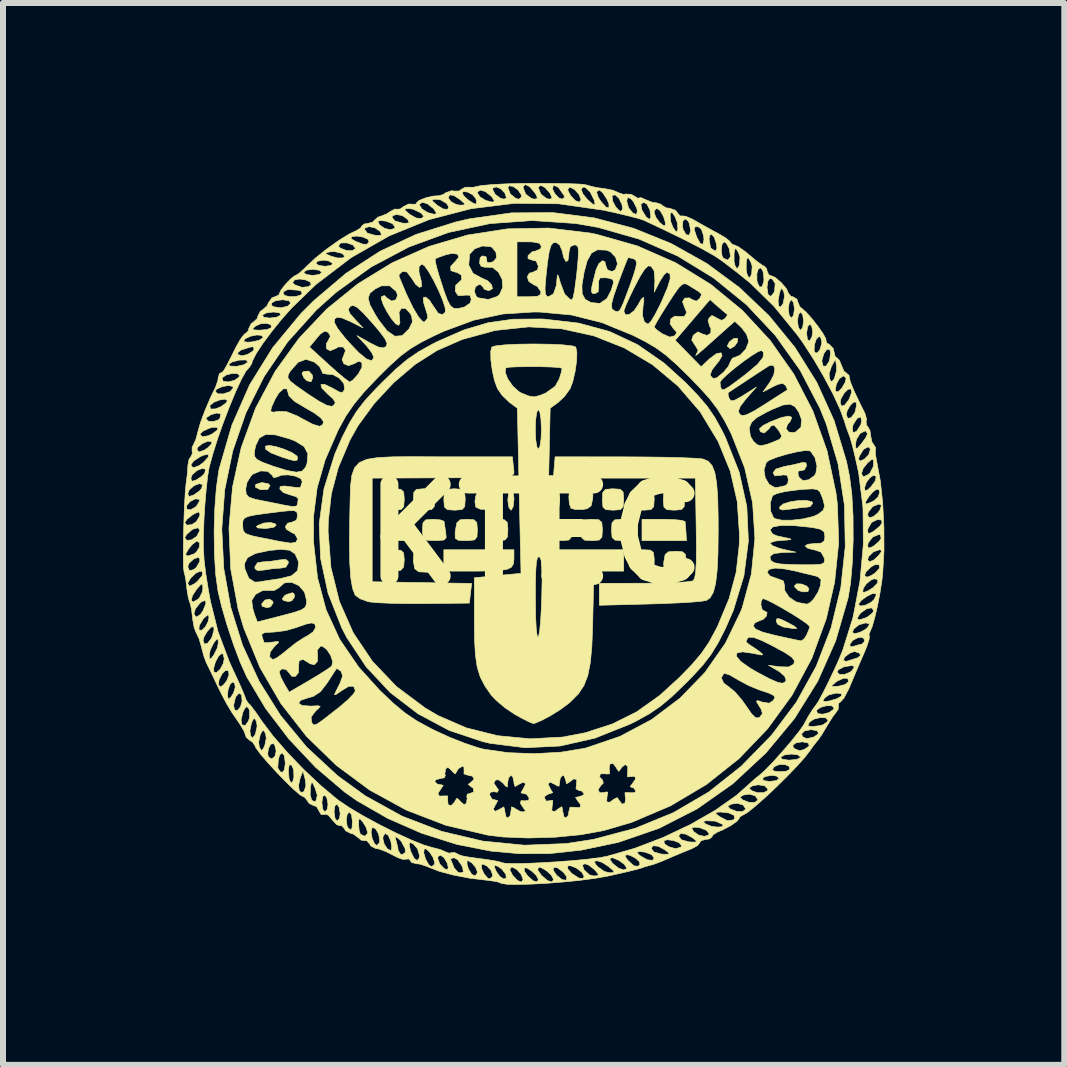
<source format=kicad_pcb>
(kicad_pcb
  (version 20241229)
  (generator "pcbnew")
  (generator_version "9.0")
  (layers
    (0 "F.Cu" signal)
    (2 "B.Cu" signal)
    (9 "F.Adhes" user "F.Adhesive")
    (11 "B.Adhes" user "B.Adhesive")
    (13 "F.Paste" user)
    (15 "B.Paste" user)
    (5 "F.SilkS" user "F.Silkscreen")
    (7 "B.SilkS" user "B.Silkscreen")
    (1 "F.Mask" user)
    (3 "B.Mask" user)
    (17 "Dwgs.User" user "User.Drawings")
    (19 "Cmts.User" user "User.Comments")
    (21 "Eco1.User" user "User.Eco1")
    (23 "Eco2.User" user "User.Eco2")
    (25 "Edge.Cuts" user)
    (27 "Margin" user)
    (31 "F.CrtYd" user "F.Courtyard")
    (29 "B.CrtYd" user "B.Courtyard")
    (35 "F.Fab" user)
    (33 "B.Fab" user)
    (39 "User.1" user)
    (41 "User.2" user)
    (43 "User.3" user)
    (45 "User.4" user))
  (footprint "KTEC"
    (layer "F.Cu")
    (at 5.87 5.857)
    (property "Reference" "KTEC" (at 0 0 0) (layer "F.SilkS") (effects (font (size 1.524 1.524) (thickness 0.3))))
    (attr through_hole)
    (fp_poly (pts (xy -2.032 0.102) (xy -2.54 0.102) (xy -2.54 -0.254) (xy -2.032 -0.254) (xy -2.032 0.102)) (stroke (width 0.01) (type solid)) (fill yes) (layer "F.SilkS"))
    (fp_poly (pts (xy -4.374 1.113) (xy -4.369 1.139) (xy -4.412 1.205) (xy -4.475 1.219) (xy -4.552 1.195) (xy -4.559 1.156) (xy -4.505 1.092) (xy -4.428 1.077) (xy -4.374 1.113)) (stroke (width 0.01) (type solid)) (fill yes) (layer "F.SilkS"))
    (fp_poly (pts (xy -3.716 -2.658) (xy -3.708 -2.613) (xy -3.736 -2.547) (xy -3.804 -2.561) (xy -3.857 -2.612) (xy -3.888 -2.687) (xy -3.863 -2.716) (xy -3.776 -2.724) (xy -3.716 -2.658)) (stroke (width 0.01) (type solid)) (fill yes) (layer "F.SilkS"))
    (fp_poly (pts (xy -4.451 -0.847) (xy -4.42 -0.816) (xy -4.46 -0.75) (xy -4.573 -0.747) (xy -4.585 -0.749) (xy -4.665 -0.79) (xy -4.657 -0.836) (xy -4.57 -0.863) (xy -4.547 -0.864) (xy -4.451 -0.847)) (stroke (width 0.01) (type solid)) (fill yes) (layer "F.SilkS"))
    (fp_poly (pts (xy -4.016 0.995) (xy -4.013 1.041) (xy -4.056 1.103) (xy -4.115 1.118) (xy -4.197 1.099) (xy -4.216 1.072) (xy -4.176 1.017) (xy -4.136 0.996) (xy -4.046 0.969) (xy -4.016 0.995)) (stroke (width 0.01) (type solid)) (fill yes) (layer "F.SilkS"))
    (fp_poly (pts (xy 4.439 0.825) (xy 4.522 0.859) (xy 4.56 0.902) (xy 4.542 0.953) (xy 4.456 0.955) (xy 4.381 0.932) (xy 4.323 0.876) (xy 4.318 0.856) (xy 4.356 0.821) (xy 4.439 0.825)) (stroke (width 0.01) (type solid)) (fill yes) (layer "F.SilkS"))
    (fp_poly (pts (xy -4.332 -0.178) (xy -4.318 -0.152) (xy -4.363 -0.12) (xy -4.474 -0.103) (xy -4.508 -0.102) (xy -4.624 -0.109) (xy -4.648 -0.131) (xy -4.623 -0.152) (xy -4.521 -0.192) (xy -4.41 -0.2) (xy -4.332 -0.178)) (stroke (width 0.01) (type solid)) (fill yes) (layer "F.SilkS"))
    (fp_poly (pts (xy -0.356 0.401) (xy -0.363 0.486) (xy -0.398 0.545) (xy -0.474 0.581) (xy -0.609 0.601) (xy -0.819 0.608) (xy -1.02 0.61) (xy -1.524 0.61) (xy -1.524 0.254) (xy -0.356 0.254) (xy -0.356 0.401)) (stroke (width 0.01) (type solid)) (fill yes) (layer "F.SilkS"))
    (fp_poly (pts (xy 1.473 0.61) (xy 0.923 0.61) (xy 0.696 0.607) (xy 0.508 0.599) (xy 0.381 0.587) (xy 0.339 0.576) (xy 0.314 0.505) (xy 0.305 0.398) (xy 0.305 0.254) (xy 1.473 0.254) (xy 1.473 0.61)) (stroke (width 0.01) (type solid)) (fill yes) (layer "F.SilkS"))
    (fp_poly (pts (xy 2.31 -0.249) (xy 2.439 -0.236) (xy 2.495 -0.217) (xy 2.496 -0.216) (xy 2.503 -0.141) (xy 2.511 -0.038) (xy 2.519 0.102) (xy 1.778 0.102) (xy 1.778 -0.254) (xy 2.134 -0.254) (xy 2.31 -0.249)) (stroke (width 0.01) (type solid)) (fill yes) (layer "F.SilkS"))
    (fp_poly (pts (xy 3.37 -3.268) (xy 3.37 -3.21) (xy 3.32 -3.139) (xy 3.252 -3.099) (xy 3.245 -3.099) (xy 3.201 -3.137) (xy 3.2 -3.143) (xy 3.234 -3.211) (xy 3.304 -3.265) (xy 3.365 -3.272) (xy 3.37 -3.268)) (stroke (width 0.01) (type solid)) (fill yes) (layer "F.SilkS"))
    (fp_poly (pts (xy 4.083 1.408) (xy 4.178 1.453) (xy 4.315 1.526) (xy 4.359 1.564) (xy 4.31 1.569) (xy 4.164 1.546) (xy 4.128 1.539) (xy 4.038 1.494) (xy 4.013 1.443) (xy 4.027 1.401) (xy 4.083 1.408)) (stroke (width 0.01) (type solid)) (fill yes) (layer "F.SilkS"))
    (fp_poly (pts (xy -0.373 -0.717) (xy -0.356 -0.608) (xy -0.356 -0.584) (xy -0.368 -0.467) (xy -0.4 -0.408) (xy -0.406 -0.406) (xy -0.44 -0.451) (xy -0.457 -0.561) (xy -0.457 -0.584) (xy -0.444 -0.702) (xy -0.413 -0.76) (xy -0.406 -0.762) (xy -0.373 -0.717)) (stroke (width 0.01) (type solid)) (fill yes) (layer "F.SilkS"))
    (fp_poly (pts (xy 0.389 -0.717) (xy 0.406 -0.608) (xy 0.406 -0.584) (xy 0.394 -0.467) (xy 0.362 -0.408) (xy 0.356 -0.406) (xy 0.322 -0.451) (xy 0.305 -0.561) (xy 0.305 -0.584) (xy 0.318 -0.702) (xy 0.349 -0.76) (xy 0.356 -0.762) (xy 0.389 -0.717)) (stroke (width 0.01) (type solid)) (fill yes) (layer "F.SilkS"))
    (fp_poly (pts (xy 0.56 -0.244) (xy 0.602 -0.194) (xy 0.61 -0.076) (xy 0.601 0.043) (xy 0.558 0.092) (xy 0.457 0.102) (xy 0.355 0.092) (xy 0.313 0.041) (xy 0.305 -0.076) (xy 0.313 -0.196) (xy 0.356 -0.245) (xy 0.457 -0.254) (xy 0.56 -0.244)) (stroke (width 0.01) (type solid)) (fill yes) (layer "F.SilkS"))
    (fp_poly (pts (xy -4.319 -1.464) (xy -4.18 -1.419) (xy -4.054 -1.364) (xy -3.974 -1.309) (xy -3.962 -1.286) (xy -3.969 -1.241) (xy -4.006 -1.229) (xy -4.096 -1.25) (xy -4.216 -1.288) (xy -4.402 -1.359) (xy -4.492 -1.42) (xy -4.497 -1.472) (xy -4.436 -1.485) (xy -4.319 -1.464)) (stroke (width 0.01) (type solid)) (fill yes) (layer "F.SilkS"))
    (fp_poly (pts (xy -4.118 0.447) (xy -4.115 0.476) (xy -4.158 0.544) (xy -4.235 0.559) (xy -4.375 0.569) (xy -4.515 0.591) (xy -4.627 0.602) (xy -4.67 0.569) (xy -4.674 0.54) (xy -4.631 0.472) (xy -4.553 0.457) (xy -4.413 0.447) (xy -4.274 0.425) (xy -4.161 0.414) (xy -4.118 0.447)) (stroke (width 0.01) (type solid)) (fill yes) (layer "F.SilkS"))
    (fp_poly (pts (xy -1.735 0.262) (xy -1.686 0.306) (xy -1.676 0.416) (xy -1.676 0.426) (xy -1.705 0.566) (xy -1.795 0.629) (xy -1.943 0.621) (xy -2.009 0.57) (xy -2.032 0.444) (xy -2.032 0.428) (xy -2.024 0.311) (xy -1.979 0.264) (xy -1.866 0.254) (xy -1.854 0.254) (xy -1.735 0.262)) (stroke (width 0.01) (type solid)) (fill yes) (layer "F.SilkS"))
    (fp_poly (pts (xy 2.454 0.288) (xy 2.503 0.334) (xy 2.515 0.445) (xy 2.51 0.552) (xy 2.47 0.598) (xy 2.365 0.609) (xy 2.323 0.61) (xy 2.197 0.604) (xy 2.145 0.571) (xy 2.139 0.485) (xy 2.143 0.445) (xy 2.164 0.333) (xy 2.22 0.288) (xy 2.335 0.279) (xy 2.454 0.288)) (stroke (width 0.01) (type solid)) (fill yes) (layer "F.SilkS"))
    (fp_poly (pts (xy 4.604 -0.548) (xy 4.623 -0.522) (xy 4.581 -0.467) (xy 4.534 -0.457) (xy 4.426 -0.448) (xy 4.276 -0.428) (xy 4.248 -0.423) (xy 4.121 -0.409) (xy 4.072 -0.427) (xy 4.074 -0.462) (xy 4.131 -0.509) (xy 4.246 -0.545) (xy 4.386 -0.566) (xy 4.516 -0.568) (xy 4.604 -0.548)) (stroke (width 0.01) (type solid)) (fill yes) (layer "F.SilkS"))
    (fp_poly (pts (xy -2.243 0.262) (xy -2.194 0.306) (xy -2.184 0.416) (xy -2.184 0.426) (xy -2.194 0.543) (xy -2.244 0.596) (xy -2.362 0.619) (xy -2.478 0.627) (xy -2.528 0.596) (xy -2.54 0.499) (xy -2.54 0.447) (xy -2.534 0.321) (xy -2.497 0.267) (xy -2.401 0.254) (xy -2.362 0.254) (xy -2.243 0.262)) (stroke (width 0.01) (type solid)) (fill yes) (layer "F.SilkS"))
    (fp_poly (pts (xy -1.022 -0.246) (xy -0.975 -0.2) (xy -0.965 -0.087) (xy -0.965 -0.076) (xy -0.972 0.04) (xy -1.012 0.09) (xy -1.116 0.101) (xy -1.158 0.102) (xy -1.283 0.096) (xy -1.334 0.062) (xy -1.336 -0.028) (xy -1.33 -0.076) (xy -1.307 -0.196) (xy -1.253 -0.245) (xy -1.137 -0.254) (xy -1.022 -0.246)) (stroke (width 0.01) (type solid)) (fill yes) (layer "F.SilkS"))
    (fp_poly (pts (xy -0.664 -0.755) (xy -0.618 -0.716) (xy -0.617 -0.616) (xy -0.619 -0.597) (xy -0.644 -0.48) (xy -0.71 -0.43) (xy -0.795 -0.416) (xy -0.917 -0.422) (xy -0.99 -0.456) (xy -0.991 -0.457) (xy -1.006 -0.546) (xy -0.994 -0.638) (xy -0.954 -0.724) (xy -0.869 -0.758) (xy -0.783 -0.762) (xy -0.664 -0.755)) (stroke (width 0.01) (type solid)) (fill yes) (layer "F.SilkS"))
    (fp_poly (pts (xy 0.896 -0.757) (xy 0.952 -0.728) (xy 0.96 -0.65) (xy 0.956 -0.597) (xy 0.931 -0.48) (xy 0.865 -0.43) (xy 0.786 -0.417) (xy 0.665 -0.417) (xy 0.595 -0.438) (xy 0.568 -0.511) (xy 0.559 -0.618) (xy 0.567 -0.71) (xy 0.613 -0.751) (xy 0.723 -0.762) (xy 0.765 -0.762) (xy 0.896 -0.757)) (stroke (width 0.01) (type solid)) (fill yes) (layer "F.SilkS"))
    (fp_poly (pts (xy -2.243 -0.754) (xy -2.194 -0.71) (xy -2.184 -0.598) (xy -2.184 -0.584) (xy -2.192 -0.465) (xy -2.237 -0.416) (xy -2.349 -0.406) (xy -2.362 -0.406) (xy -2.481 -0.414) (xy -2.53 -0.459) (xy -2.54 -0.571) (xy -2.54 -0.584) (xy -2.532 -0.703) (xy -2.488 -0.752) (xy -2.376 -0.762) (xy -2.362 -0.762) (xy -2.243 -0.754)) (stroke (width 0.01) (type solid)) (fill yes) (layer "F.SilkS"))
    (fp_poly (pts (xy -1.735 -0.754) (xy -1.686 -0.71) (xy -1.676 -0.598) (xy -1.676 -0.584) (xy -1.684 -0.465) (xy -1.729 -0.416) (xy -1.841 -0.406) (xy -1.854 -0.406) (xy -1.973 -0.414) (xy -2.022 -0.459) (xy -2.032 -0.571) (xy -2.032 -0.584) (xy -2.024 -0.703) (xy -1.98 -0.752) (xy -1.868 -0.762) (xy -1.854 -0.762) (xy -1.735 -0.754)) (stroke (width 0.01) (type solid)) (fill yes) (layer "F.SilkS"))
    (fp_poly (pts (xy -1.227 -0.754) (xy -1.178 -0.71) (xy -1.168 -0.598) (xy -1.168 -0.584) (xy -1.176 -0.465) (xy -1.221 -0.416) (xy -1.333 -0.406) (xy -1.346 -0.406) (xy -1.465 -0.414) (xy -1.514 -0.459) (xy -1.524 -0.571) (xy -1.524 -0.584) (xy -1.516 -0.703) (xy -1.472 -0.752) (xy -1.36 -0.762) (xy -1.346 -0.762) (xy -1.227 -0.754)) (stroke (width 0.01) (type solid)) (fill yes) (layer "F.SilkS"))
    (fp_poly (pts (xy -0.516 -0.246) (xy -0.467 -0.202) (xy -0.457 -0.09) (xy -0.457 -0.076) (xy -0.465 0.043) (xy -0.509 0.092) (xy -0.621 0.102) (xy -0.635 0.102) (xy -0.754 0.094) (xy -0.803 0.049) (xy -0.813 -0.063) (xy -0.813 -0.076) (xy -0.805 -0.195) (xy -0.761 -0.244) (xy -0.649 -0.254) (xy -0.635 -0.254) (xy -0.516 -0.246)) (stroke (width 0.01) (type solid)) (fill yes) (layer "F.SilkS"))
    (fp_poly (pts (xy 1.059 -0.246) (xy 1.108 -0.202) (xy 1.118 -0.09) (xy 1.118 -0.076) (xy 1.11 0.043) (xy 1.065 0.092) (xy 0.953 0.102) (xy 0.94 0.102) (xy 0.821 0.094) (xy 0.772 0.049) (xy 0.762 -0.063) (xy 0.762 -0.076) (xy 0.77 -0.195) (xy 0.814 -0.244) (xy 0.926 -0.254) (xy 0.94 -0.254) (xy 1.059 -0.246)) (stroke (width 0.01) (type solid)) (fill yes) (layer "F.SilkS"))
    (fp_poly (pts (xy 1.415 -0.754) (xy 1.463 -0.71) (xy 1.473 -0.598) (xy 1.473 -0.584) (xy 1.465 -0.465) (xy 1.421 -0.416) (xy 1.309 -0.406) (xy 1.295 -0.406) (xy 1.176 -0.414) (xy 1.127 -0.459) (xy 1.118 -0.571) (xy 1.118 -0.584) (xy 1.125 -0.703) (xy 1.17 -0.752) (xy 1.282 -0.762) (xy 1.295 -0.762) (xy 1.415 -0.754)) (stroke (width 0.01) (type solid)) (fill yes) (layer "F.SilkS"))
    (fp_poly (pts (xy 1.567 -0.246) (xy 1.616 -0.202) (xy 1.626 -0.09) (xy 1.626 -0.076) (xy 1.618 0.043) (xy 1.573 0.092) (xy 1.461 0.102) (xy 1.448 0.102) (xy 1.329 0.094) (xy 1.28 0.049) (xy 1.27 -0.063) (xy 1.27 -0.076) (xy 1.278 -0.195) (xy 1.322 -0.244) (xy 1.434 -0.254) (xy 1.448 -0.254) (xy 1.567 -0.246)) (stroke (width 0.01) (type solid)) (fill yes) (layer "F.SilkS"))
    (fp_poly (pts (xy 1.923 -0.754) (xy 1.971 -0.71) (xy 1.981 -0.598) (xy 1.981 -0.584) (xy 1.973 -0.465) (xy 1.929 -0.416) (xy 1.817 -0.406) (xy 1.803 -0.406) (xy 1.684 -0.414) (xy 1.635 -0.459) (xy 1.626 -0.571) (xy 1.626 -0.584) (xy 1.633 -0.703) (xy 1.678 -0.752) (xy 1.79 -0.762) (xy 1.803 -0.762) (xy 1.923 -0.754)) (stroke (width 0.01) (type solid)) (fill yes) (layer "F.SilkS"))
    (fp_poly (pts (xy 2.431 -0.754) (xy 2.479 -0.71) (xy 2.489 -0.598) (xy 2.489 -0.584) (xy 2.481 -0.465) (xy 2.437 -0.416) (xy 2.325 -0.406) (xy 2.311 -0.406) (xy 2.192 -0.414) (xy 2.143 -0.459) (xy 2.134 -0.571) (xy 2.134 -0.584) (xy 2.141 -0.703) (xy 2.186 -0.752) (xy 2.298 -0.762) (xy 2.311 -0.762) (xy 2.431 -0.754)) (stroke (width 0.01) (type solid)) (fill yes) (layer "F.SilkS"))
    (fp_poly (pts (xy -1.583 -0.244) (xy -1.522 -0.221) (xy -1.52 -0.216) (xy -1.509 -0.142) (xy -1.493 -0.038) (xy -1.485 0.051) (xy -1.52 0.091) (xy -1.623 0.101) (xy -1.675 0.102) (xy -1.805 0.096) (xy -1.864 0.064) (xy -1.879 -0.022) (xy -1.88 -0.076) (xy -1.872 -0.195) (xy -1.827 -0.244) (xy -1.715 -0.254) (xy -1.702 -0.254) (xy -1.583 -0.244)) (stroke (width 0.01) (type solid)) (fill yes) (layer "F.SilkS"))
    (fp_poly (pts (xy 1.917 0.26) (xy 1.968 0.298) (xy 1.981 0.397) (xy 1.981 0.457) (xy 1.978 0.582) (xy 1.971 0.649) (xy 1.968 0.652) (xy 1.915 0.641) (xy 1.802 0.625) (xy 1.791 0.624) (xy 1.679 0.599) (xy 1.633 0.54) (xy 1.626 0.429) (xy 1.634 0.312) (xy 1.679 0.264) (xy 1.792 0.254) (xy 1.803 0.254) (xy 1.917 0.26)) (stroke (width 0.01) (type solid)) (fill yes) (layer "F.SilkS"))
    (fp_poly (pts (xy 1.499 -1.294) (xy 1.841 -1.292) (xy 2.155 -1.288) (xy 2.426 -1.281) (xy 2.636 -1.272) (xy 2.769 -1.262) (xy 2.802 -1.256) (xy 2.884 -1.218) (xy 2.947 -1.147) (xy 2.992 -1.031) (xy 3.022 -0.856) (xy 3.04 -0.612) (xy 3.047 -0.285) (xy 3.048 -0.076) (xy 3.044 0.307) (xy 3.03 0.6) (xy 3.005 0.814) (xy 2.967 0.962) (xy 2.913 1.054) (xy 2.854 1.097) (xy 2.776 1.111) (xy 2.616 1.126) (xy 2.392 1.139) (xy 2.123 1.151) (xy 1.918 1.157) (xy 1.067 1.179) (xy 1.067 0.813) (xy 1.816 0.812) (xy 2.086 0.809) (xy 2.321 0.801) (xy 2.503 0.79) (xy 2.611 0.776) (xy 2.63 0.77) (xy 2.655 0.728) (xy 2.672 0.631) (xy 2.682 0.467) (xy 2.685 0.226) (xy 2.681 -0.105) (xy 2.681 -0.105) (xy 2.667 -0.94) (xy 0.3 -0.94) (xy 0.33 -1.295) (xy 1.499 -1.294)) (stroke (width 0.01) (type solid)) (fill yes) (layer "F.SilkS"))
    (fp_poly (pts (xy -1.612 -1.295) (xy -1.611 -1.295) (xy -0.381 -1.295) (xy -0.365 -1.13) (xy -0.358 -1.074) (xy -0.355 -1.031) (xy -0.368 -0.999) (xy -0.409 -0.976) (xy -0.489 -0.961) (xy -0.62 -0.952) (xy -0.813 -0.948) (xy -1.078 -0.946) (xy -1.429 -0.945) (xy -1.626 -0.944) (xy -2.718 -0.94) (xy -2.718 0.787) (xy -1.89 0.801) (xy -1.061 0.815) (xy -1.08 0.979) (xy -1.099 1.143) (xy -1.857 1.151) (xy -2.14 1.151) (xy -2.399 1.146) (xy -2.613 1.137) (xy -2.756 1.124) (xy -2.788 1.118) (xy -2.917 1.071) (xy -2.999 1.013) (xy -3.002 1.008) (xy -3.045 0.899) (xy -3.075 0.722) (xy -3.092 0.469) (xy -3.097 0.133) (xy -3.092 -0.276) (xy -3.086 -0.572) (xy -3.079 -0.805) (xy -3.058 -0.982) (xy -3.013 -1.11) (xy -2.932 -1.199) (xy -2.805 -1.254) (xy -2.62 -1.283) (xy -2.367 -1.295) (xy -2.035 -1.297) (xy -1.612 -1.295)) (stroke (width 0.01) (type solid)) (fill yes) (layer "F.SilkS"))
    (fp_poly (pts (xy 0.152 -3.589) (xy 0.723 -3.523) (xy 1.235 -3.384) (xy 1.704 -3.164) (xy 2.147 -2.856) (xy 2.497 -2.538) (xy 2.709 -2.319) (xy 2.866 -2.134) (xy 2.991 -1.952) (xy 3.107 -1.741) (xy 3.167 -1.62) (xy 3.397 -1.041) (xy 3.525 -0.464) (xy 3.551 0.111) (xy 3.476 0.688) (xy 3.3 1.266) (xy 3.166 1.572) (xy 3.045 1.808) (xy 2.928 1.999) (xy 2.791 2.177) (xy 2.611 2.373) (xy 2.496 2.489) (xy 2.275 2.702) (xy 2.086 2.86) (xy 1.899 2.988) (xy 1.68 3.109) (xy 1.575 3.161) (xy 0.994 3.393) (xy 0.413 3.524) (xy -0.169 3.553) (xy -0.751 3.48) (xy -0.87 3.453) (xy -1.436 3.264) (xy -1.955 2.987) (xy -2.419 2.632) (xy -2.818 2.205) (xy -3.144 1.713) (xy -3.228 1.549) (xy -3.454 0.975) (xy -3.578 0.398) (xy -3.596 -0.051) (xy -3.453 -0.051) (xy -3.405 0.551) (xy -3.264 1.116) (xy -3.033 1.639) (xy -2.715 2.112) (xy -2.315 2.532) (xy -1.835 2.891) (xy -1.621 3.017) (xy -1.149 3.222) (xy -0.629 3.352) (xy -0.086 3.404) (xy 0.457 3.375) (xy 0.833 3.303) (xy 1.286 3.156) (xy 1.692 2.953) (xy 2.076 2.679) (xy 2.393 2.39) (xy 2.61 2.167) (xy 2.77 1.978) (xy 2.896 1.793) (xy 3.01 1.582) (xy 3.039 1.524) (xy 3.23 1.066) (xy 3.347 0.63) (xy 3.398 0.18) (xy 3.402 0) (xy 3.365 -0.549) (xy 3.249 -1.055) (xy 3.049 -1.545) (xy 3.049 -1.546) (xy 2.747 -2.045) (xy 2.378 -2.474) (xy 1.953 -2.83) (xy 1.481 -3.11) (xy 0.973 -3.311) (xy 0.439 -3.428) (xy -0.111 -3.46) (xy -0.666 -3.401) (xy -1.217 -3.251) (xy -1.641 -3.065) (xy -2.001 -2.836) (xy -2.357 -2.534) (xy -2.683 -2.184) (xy -2.954 -1.813) (xy -3.088 -1.575) (xy -3.281 -1.118) (xy -3.398 -0.681) (xy -3.449 -0.227) (xy -3.453 -0.051) (xy -3.596 -0.051) (xy -3.601 -0.18) (xy -3.522 -0.759) (xy -3.341 -1.34) (xy -3.217 -1.623) (xy -3.096 -1.86) (xy -2.978 -2.052) (xy -2.84 -2.231) (xy -2.658 -2.428) (xy -2.546 -2.542) (xy -2.323 -2.757) (xy -2.132 -2.918) (xy -1.941 -3.048) (xy -1.718 -3.172) (xy -1.625 -3.219) (xy -1.19 -3.409) (xy -0.784 -3.53) (xy -0.37 -3.588) (xy 0.09 -3.592) (xy 0.152 -3.589)) (stroke (width 0.01) (type solid)) (fill yes) (layer "F.SilkS"))
    (fp_poly (pts (xy 0.979 -5.277) (xy 1.638 -5.103) (xy 2.266 -4.848) (xy 2.857 -4.517) (xy 3.402 -4.115) (xy 3.894 -3.647) (xy 4.326 -3.119) (xy 4.691 -2.535) (xy 4.979 -1.9) (xy 5.185 -1.22) (xy 5.237 -0.965) (xy 5.275 -0.666) (xy 5.295 -0.306) (xy 5.297 0.082) (xy 5.283 0.465) (xy 5.253 0.81) (xy 5.213 1.056) (xy 5.005 1.773) (xy 4.707 2.444) (xy 4.319 3.067) (xy 3.843 3.64) (xy 3.84 3.643) (xy 3.291 4.153) (xy 2.699 4.57) (xy 2.064 4.895) (xy 1.383 5.13) (xy 0.762 5.26) (xy 0.236 5.317) (xy -0.27 5.318) (xy -0.737 5.276) (xy -1.307 5.164) (xy -1.891 4.979) (xy -2.456 4.732) (xy -2.97 4.437) (xy -3.175 4.293) (xy -3.657 3.883) (xy -4.105 3.409) (xy -4.496 2.896) (xy -4.809 2.371) (xy -4.813 2.362) (xy -4.918 2.128) (xy -5.03 1.83) (xy -5.138 1.505) (xy -5.229 1.19) (xy -5.288 0.94) (xy -5.326 0.665) (xy -5.347 0.323) (xy -5.352 -0.052) (xy -5.351 -0.09) (xy -5.224 -0.09) (xy -5.191 0.566) (xy -5.075 1.213) (xy -4.879 1.843) (xy -4.601 2.447) (xy -4.244 3.017) (xy -3.808 3.544) (xy -3.294 4.02) (xy -2.834 4.354) (xy -2.218 4.694) (xy -1.562 4.946) (xy -0.879 5.108) (xy -0.182 5.177) (xy 0.515 5.15) (xy 0.962 5.081) (xy 1.665 4.895) (xy 2.304 4.633) (xy 2.89 4.29) (xy 3.434 3.859) (xy 3.936 3.345) (xy 4.35 2.794) (xy 4.682 2.194) (xy 4.929 1.554) (xy 5.091 0.885) (xy 5.165 0.2) (xy 5.151 -0.491) (xy 5.045 -1.177) (xy 4.847 -1.846) (xy 4.741 -2.108) (xy 4.41 -2.742) (xy 3.999 -3.318) (xy 3.517 -3.831) (xy 2.973 -4.273) (xy 2.373 -4.64) (xy 1.728 -4.923) (xy 1.045 -5.118) (xy 0.67 -5.183) (xy -0.05 -5.232) (xy -0.758 -5.181) (xy -1.447 -5.033) (xy -2.108 -4.791) (xy -2.736 -4.458) (xy -3.322 -4.034) (xy -3.65 -3.74) (xy -4.128 -3.208) (xy -4.518 -2.634) (xy -4.822 -2.027) (xy -5.041 -1.395) (xy -5.175 -0.747) (xy -5.224 -0.09) (xy -5.351 -0.09) (xy -5.341 -0.429) (xy -5.315 -0.776) (xy -5.275 -1.059) (xy -5.267 -1.097) (xy -5.056 -1.823) (xy -4.76 -2.495) (xy -4.377 -3.113) (xy -3.907 -3.681) (xy -3.689 -3.899) (xy -3.151 -4.355) (xy -2.59 -4.719) (xy -1.987 -5.001) (xy -1.326 -5.208) (xy -1.102 -5.26) (xy -0.398 -5.36) (xy 0.298 -5.364) (xy 0.979 -5.277)) (stroke (width 0.01) (type solid)) (fill yes) (layer "F.SilkS"))
    (fp_poly (pts (xy 0.24 -3.171) (xy 0.456 -3.161) (xy 0.607 -3.145) (xy 0.674 -3.125) (xy 0.674 -3.124) (xy 0.693 -3.039) (xy 0.688 -2.891) (xy 0.663 -2.716) (xy 0.624 -2.547) (xy 0.58 -2.431) (xy 0.486 -2.3) (xy 0.38 -2.201) (xy 0.248 -2.105) (xy 0.218 -0.729) (xy 0.188 0.647) (xy 0.581 0.684) (xy 0.974 0.721) (xy 0.956 1.491) (xy 0.943 1.854) (xy 0.917 2.135) (xy 0.875 2.35) (xy 0.81 2.517) (xy 0.718 2.656) (xy 0.591 2.783) (xy 0.554 2.815) (xy 0.424 2.912) (xy 0.267 3.011) (xy 0.115 3.093) (xy -0.002 3.143) (xy -0.036 3.149) (xy -0.099 3.125) (xy -0.22 3.064) (xy -0.34 2.998) (xy -0.511 2.883) (xy -0.664 2.752) (xy -0.732 2.678) (xy -0.84 2.524) (xy -0.917 2.375) (xy -0.968 2.21) (xy -0.998 2.006) (xy -1.013 1.743) (xy -1.016 1.428) (xy -1.016 1.075) (xy 0.002 1.075) (xy 0.006 1.383) (xy 0.017 1.591) (xy 0.033 1.699) (xy 0.051 1.71) (xy 0.071 1.622) (xy 0.089 1.439) (xy 0.104 1.16) (xy 0.108 1.02) (xy 0.114 0.738) (xy 0.11 0.544) (xy 0.097 0.427) (xy 0.072 0.374) (xy 0.064 0.369) (xy 0.038 0.383) (xy 0.019 0.455) (xy 0.008 0.595) (xy 0.002 0.816) (xy 0.002 1.075) (xy -1.016 1.075) (xy -1.016 0.72) (xy -0.627 0.683) (xy -0.238 0.647) (xy -0.269 -0.729) (xy -0.291 -1.753) (xy 0 -1.753) (xy 0.007 -1.58) (xy 0.026 -1.462) (xy 0.051 -1.422) (xy 0.077 -1.469) (xy 0.096 -1.593) (xy 0.102 -1.753) (xy 0.094 -1.925) (xy 0.075 -2.043) (xy 0.051 -2.083) (xy 0.024 -2.036) (xy 0.006 -1.913) (xy 0 -1.753) (xy -0.291 -1.753) (xy -0.299 -2.105) (xy -0.43 -2.201) (xy -0.55 -2.316) (xy -0.63 -2.431) (xy -0.679 -2.563) (xy -0.71 -2.702) (xy -0.502 -2.702) (xy -0.457 -2.591) (xy -0.375 -2.473) (xy -0.274 -2.381) (xy -0.233 -2.358) (xy -0.103 -2.306) (xy -0.013 -2.294) (xy 0.089 -2.322) (xy 0.173 -2.357) (xy 0.332 -2.47) (xy 0.4 -2.594) (xy 0.435 -2.708) (xy 0.445 -2.771) (xy 0.444 -2.773) (xy 0.385 -2.784) (xy 0.254 -2.792) (xy 0.079 -2.797) (xy -0.112 -2.797) (xy -0.289 -2.795) (xy -0.425 -2.789) (xy -0.489 -2.778) (xy -0.491 -2.778) (xy -0.502 -2.702) (xy -0.71 -2.702) (xy -0.717 -2.734) (xy -0.74 -2.908) (xy -0.743 -3.051) (xy -0.725 -3.124) (xy -0.66 -3.144) (xy -0.512 -3.16) (xy -0.296 -3.171) (xy -0.032 -3.175) (xy -0.025 -3.175) (xy 0.24 -3.171)) (stroke (width 0.01) (type solid)) (fill yes) (layer "F.SilkS"))
    (fp_poly (pts (xy 0.92 -5.023) (xy 1.014 -5.004) (xy 1.699 -4.81) (xy 2.337 -4.53) (xy 2.923 -4.169) (xy 3.451 -3.735) (xy 3.914 -3.234) (xy 4.308 -2.673) (xy 4.626 -2.057) (xy 4.862 -1.394) (xy 5.011 -0.691) (xy 5.034 -0.506) (xy 5.056 0.132) (xy 4.988 0.794) (xy 4.849 1.402) (xy 4.608 2.062) (xy 4.28 2.675) (xy 3.873 3.235) (xy 3.395 3.734) (xy 2.853 4.165) (xy 2.254 4.521) (xy 1.607 4.796) (xy 1.143 4.932) (xy 0.763 5.002) (xy 0.329 5.044) (xy -0.119 5.057) (xy -0.539 5.04) (xy -0.789 5.01) (xy -1.49 4.846) (xy -2.15 4.592) (xy -2.762 4.257) (xy -2.953 4.115) (xy -1.676 4.115) (xy -1.635 4.158) (xy -1.59 4.166) (xy -1.534 4.179) (xy -1.565 4.227) (xy -1.622 4.312) (xy -1.599 4.359) (xy -1.53 4.356) (xy -1.461 4.356) (xy -1.46 4.426) (xy -1.453 4.503) (xy -1.402 4.517) (xy -1.346 4.46) (xy -1.339 4.444) (xy -1.307 4.394) (xy -1.263 4.429) (xy -1.246 4.451) (xy -1.184 4.504) (xy -1.148 4.478) (xy -1.134 4.391) (xy -1.143 4.369) (xy -1.135 4.338) (xy -0.762 4.338) (xy -0.721 4.408) (xy -0.68 4.42) (xy -0.626 4.433) (xy -0.653 4.487) (xy -0.661 4.497) (xy -0.701 4.581) (xy -0.667 4.613) (xy -0.585 4.573) (xy -0.526 4.539) (xy -0.508 4.59) (xy -0.508 4.617) (xy -0.488 4.702) (xy -0.457 4.724) (xy -0.417 4.681) (xy -0.406 4.613) (xy -0.395 4.538) (xy -0.354 4.554) (xy -0.345 4.562) (xy -0.249 4.616) (xy -0.208 4.623) (xy -0.16 4.609) (xy -0.193 4.562) (xy -0.248 4.48) (xy -0.237 4.433) (xy -0.178 4.438) (xy -0.112 4.43) (xy -0.102 4.393) (xy 0.152 4.393) (xy 0.185 4.444) (xy 0.234 4.436) (xy 0.291 4.43) (xy 0.288 4.494) (xy 0.282 4.514) (xy 0.275 4.604) (xy 0.324 4.616) (xy 0.396 4.562) (xy 0.443 4.536) (xy 0.457 4.598) (xy 0.457 4.613) (xy 0.477 4.701) (xy 0.508 4.724) (xy 0.549 4.682) (xy 0.559 4.619) (xy 0.579 4.543) (xy 0.656 4.545) (xy 0.66 4.547) (xy 0.745 4.551) (xy 0.754 4.5) (xy 0.701 4.43) (xy 0.671 4.38) (xy 0.726 4.369) (xy 0.8 4.344) (xy 0.813 4.318) (xy 0.771 4.273) (xy 0.733 4.267) (xy 0.709 4.255) (xy 1.045 4.255) (xy 1.075 4.303) (xy 1.152 4.301) (xy 1.174 4.289) (xy 1.208 4.293) (xy 1.196 4.362) (xy 1.189 4.452) (xy 1.239 4.463) (xy 1.309 4.411) (xy 1.366 4.384) (xy 1.401 4.436) (xy 1.449 4.494) (xy 1.494 4.475) (xy 1.506 4.399) (xy 1.499 4.369) (xy 1.494 4.302) (xy 1.559 4.299) (xy 1.573 4.303) (xy 1.656 4.302) (xy 1.676 4.273) (xy 1.637 4.22) (xy 1.615 4.216) (xy 1.58 4.201) (xy 1.615 4.155) (xy 1.671 4.073) (xy 1.657 4.027) (xy 1.594 4.034) (xy 1.535 4.038) (xy 1.537 3.968) (xy 1.539 3.963) (xy 1.541 3.865) (xy 1.5 3.831) (xy 1.44 3.879) (xy 1.433 3.891) (xy 1.392 3.947) (xy 1.363 3.912) (xy 1.355 3.892) (xy 1.3 3.819) (xy 1.246 3.821) (xy 1.23 3.892) (xy 1.234 3.914) (xy 1.239 3.988) (xy 1.18 3.991) (xy 1.164 3.986) (xy 1.083 3.989) (xy 1.071 4.04) (xy 1.121 4.091) (xy 1.133 4.142) (xy 1.088 4.188) (xy 1.045 4.255) (xy 0.709 4.255) (xy 0.678 4.238) (xy 0.686 4.166) (xy 0.691 4.081) (xy 0.639 4.072) (xy 0.569 4.125) (xy 0.52 4.155) (xy 0.508 4.1) (xy 0.483 4.026) (xy 0.457 4.013) (xy 0.417 4.056) (xy 0.406 4.121) (xy 0.395 4.195) (xy 0.348 4.18) (xy 0.329 4.165) (xy 0.245 4.125) (xy 0.213 4.159) (xy 0.253 4.241) (xy 0.29 4.301) (xy 0.245 4.318) (xy 0.235 4.318) (xy 0.164 4.355) (xy 0.152 4.393) (xy -0.102 4.393) (xy -0.143 4.328) (xy -0.184 4.318) (xy -0.238 4.305) (xy -0.21 4.25) (xy -0.202 4.241) (xy -0.162 4.157) (xy -0.197 4.125) (xy -0.278 4.165) (xy -0.337 4.199) (xy -0.355 4.147) (xy -0.356 4.121) (xy -0.376 4.035) (xy -0.406 4.013) (xy -0.447 4.056) (xy -0.459 4.128) (xy -0.465 4.207) (xy -0.496 4.193) (xy -0.532 4.148) (xy -0.608 4.088) (xy -0.661 4.09) (xy -0.692 4.142) (xy -0.665 4.181) (xy -0.613 4.258) (xy -0.634 4.295) (xy -0.686 4.286) (xy -0.751 4.294) (xy -0.762 4.338) (xy -1.135 4.338) (xy -1.131 4.325) (xy -1.095 4.318) (xy -1.025 4.289) (xy -1.032 4.23) (xy -1.079 4.195) (xy -1.117 4.162) (xy -1.079 4.136) (xy -1.019 4.078) (xy -1.047 4.027) (xy -1.116 4.013) (xy -1.189 3.989) (xy -1.187 3.937) (xy -1.19 3.872) (xy -1.215 3.861) (xy -1.282 3.902) (xy -1.303 3.938) (xy -1.334 3.988) (xy -1.379 3.953) (xy -1.395 3.931) (xy -1.457 3.878) (xy -1.494 3.904) (xy -1.508 3.991) (xy -1.499 4.013) (xy -1.514 4.053) (xy -1.572 4.064) (xy -1.656 4.085) (xy -1.676 4.115) (xy -2.953 4.115) (xy -3.318 3.845) (xy -3.813 3.363) (xy -4.239 2.817) (xy -4.243 2.81) (xy -3.943 2.81) (xy -3.888 2.848) (xy -3.752 2.859) (xy -3.737 2.859) (xy -3.616 2.853) (xy -3.584 2.867) (xy -3.628 2.912) (xy -3.656 2.935) (xy -3.735 3.04) (xy -3.731 3.114) (xy -3.712 3.157) (xy -3.688 3.174) (xy -3.641 3.159) (xy -3.558 3.104) (xy -3.423 3) (xy -3.258 2.87) (xy -3.125 2.756) (xy -3.032 2.66) (xy -2.999 2.606) (xy -3.026 2.529) (xy -3.109 2.529) (xy -3.227 2.601) (xy -3.313 2.661) (xy -3.348 2.67) (xy -3.346 2.664) (xy -3.309 2.587) (xy -3.253 2.475) (xy -3.211 2.358) (xy -3.234 2.284) (xy -3.242 2.275) (xy -3.3 2.236) (xy -3.316 2.239) (xy -3.35 2.291) (xy -3.42 2.399) (xy -3.468 2.474) (xy -3.582 2.621) (xy -3.701 2.698) (xy -3.786 2.721) (xy -3.911 2.763) (xy -3.943 2.81) (xy -4.243 2.81) (xy -4.545 2.291) (xy -4.267 2.291) (xy -4.243 2.371) (xy -4.185 2.485) (xy -4.184 2.487) (xy -4.101 2.627) (xy -3.77 2.434) (xy -3.604 2.334) (xy -3.47 2.249) (xy -3.396 2.196) (xy -3.392 2.193) (xy -3.376 2.117) (xy -3.411 2.012) (xy -3.476 1.914) (xy -3.55 1.86) (xy -3.581 1.861) (xy -3.634 1.929) (xy -3.628 2.006) (xy -3.63 2.114) (xy -3.682 2.17) (xy -3.759 2.152) (xy -3.774 2.139) (xy -3.869 2.081) (xy -3.935 2.102) (xy -3.945 2.194) (xy -3.943 2.205) (xy -3.947 2.302) (xy -3.995 2.362) (xy -4.057 2.363) (xy -4.097 2.311) (xy -4.152 2.25) (xy -4.224 2.238) (xy -4.266 2.279) (xy -4.267 2.291) (xy -4.545 2.291) (xy -4.59 2.213) (xy -4.816 1.66) (xy -4.557 1.66) (xy -4.552 1.706) (xy -4.525 1.783) (xy -4.521 1.801) (xy -4.478 1.804) (xy -4.381 1.793) (xy -4.285 1.781) (xy -4.281 1.803) (xy -4.347 1.865) (xy -4.417 1.957) (xy -4.427 2.041) (xy -4.376 2.082) (xy -4.365 2.083) (xy -4.302 2.052) (xy -4.196 1.973) (xy -4.128 1.916) (xy -3.984 1.802) (xy -3.844 1.712) (xy -3.797 1.688) (xy -3.703 1.622) (xy -3.659 1.546) (xy -3.676 1.488) (xy -3.728 1.473) (xy -3.818 1.492) (xy -3.951 1.538) (xy -3.98 1.549) (xy -4.158 1.601) (xy -4.351 1.625) (xy -4.373 1.626) (xy -4.505 1.633) (xy -4.557 1.66) (xy -4.816 1.66) (xy -4.858 1.558) (xy -4.953 1.239) (xy -4.975 1.116) (xy -4.724 1.116) (xy -4.706 1.24) (xy -4.678 1.335) (xy -4.631 1.457) (xy -4.221 1.351) (xy -4.02 1.298) (xy -3.898 1.256) (xy -3.835 1.213) (xy -3.813 1.159) (xy -3.81 1.106) (xy -3.846 0.959) (xy -3.938 0.852) (xy -4.058 0.797) (xy -4.18 0.806) (xy -4.278 0.89) (xy -4.28 0.892) (xy -4.354 0.934) (xy -4.414 0.931) (xy -4.545 0.934) (xy -4.66 0.996) (xy -4.722 1.092) (xy -4.724 1.116) (xy -4.975 1.116) (xy -5.075 0.576) (xy -5.079 0.484) (xy -4.846 0.484) (xy -4.839 0.574) (xy -4.774 0.73) (xy -4.674 0.793) (xy -4.604 0.79) (xy -4.488 0.77) (xy -4.324 0.746) (xy -4.255 0.736) (xy -4.063 0.688) (xy -3.961 0.603) (xy -3.945 0.474) (xy -3.952 0.437) (xy -4.003 0.323) (xy -4.094 0.262) (xy -4.244 0.247) (xy -4.438 0.267) (xy -4.662 0.315) (xy -4.795 0.385) (xy -4.846 0.484) (xy -5.079 0.484) (xy -5.105 -0.11) (xy -5.099 -0.174) (xy -4.877 -0.174) (xy -4.877 -0.152) (xy -4.868 -0.066) (xy -4.826 -0.015) (xy -4.725 0.02) (xy -4.61 0.045) (xy -4.438 0.078) (xy -4.294 0.108) (xy -4.242 0.118) (xy -4.074 0.144) (xy -3.986 0.127) (xy -3.986 0.126) (xy -3.695 0.126) (xy -3.629 0.719) (xy -3.486 1.254) (xy -3.26 1.746) (xy -2.944 2.208) (xy -2.596 2.593) (xy -2.369 2.809) (xy -2.173 2.972) (xy -1.975 3.105) (xy -1.742 3.232) (xy -1.676 3.265) (xy -1.432 3.377) (xy -1.179 3.477) (xy -0.955 3.552) (xy -0.864 3.576) (xy -0.459 3.635) (xy -0.014 3.652) (xy 0.428 3.627) (xy 0.823 3.562) (xy 0.843 3.557) (xy 1.412 3.363) (xy 1.939 3.083) (xy 2.414 2.725) (xy 2.741 2.387) (xy 3.099 2.387) (xy 3.139 2.475) (xy 3.226 2.54) (xy 3.325 2.621) (xy 3.441 2.755) (xy 3.512 2.855) (xy 3.608 2.993) (xy 3.673 3.055) (xy 3.726 3.053) (xy 3.741 3.042) (xy 3.785 2.985) (xy 3.764 2.912) (xy 3.734 2.864) (xy 3.685 2.782) (xy 3.704 2.766) (xy 3.78 2.792) (xy 3.897 2.811) (xy 3.961 2.77) (xy 3.992 2.721) (xy 3.976 2.684) (xy 3.896 2.644) (xy 3.735 2.59) (xy 3.734 2.59) (xy 3.551 2.515) (xy 3.374 2.419) (xy 3.357 2.408) (xy 3.239 2.34) (xy 3.155 2.314) (xy 3.141 2.317) (xy 3.099 2.387) (xy 2.741 2.387) (xy 2.827 2.298) (xy 3.015 2.03) (xy 3.351 2.03) (xy 3.426 2.118) (xy 3.585 2.23) (xy 3.696 2.294) (xy 3.902 2.403) (xy 4.038 2.463) (xy 4.12 2.479) (xy 4.164 2.456) (xy 4.179 2.426) (xy 4.155 2.361) (xy 4.066 2.284) (xy 4.044 2.271) (xy 3.886 2.179) (xy 4.076 2.204) (xy 4.222 2.207) (xy 4.3 2.164) (xy 4.311 2.148) (xy 4.317 2.099) (xy 4.271 2.042) (xy 4.159 1.967) (xy 3.976 1.867) (xy 3.774 1.766) (xy 3.642 1.716) (xy 3.564 1.711) (xy 3.538 1.726) (xy 3.511 1.787) (xy 3.556 1.828) (xy 3.657 1.894) (xy 3.734 1.949) (xy 3.789 1.995) (xy 3.775 2.008) (xy 3.679 1.991) (xy 3.635 1.981) (xy 3.454 1.955) (xy 3.36 1.974) (xy 3.351 2.03) (xy 3.015 2.03) (xy 3.168 1.811) (xy 3.307 1.524) (xy 3.632 1.524) (xy 3.671 1.576) (xy 3.793 1.628) (xy 4.008 1.683) (xy 4.013 1.684) (xy 4.2 1.725) (xy 4.346 1.756) (xy 4.425 1.772) (xy 4.431 1.773) (xy 4.48 1.738) (xy 4.519 1.68) (xy 4.562 1.578) (xy 4.572 1.531) (xy 4.531 1.49) (xy 4.425 1.416) (xy 4.279 1.323) (xy 4.118 1.228) (xy 3.965 1.143) (xy 3.847 1.085) (xy 3.791 1.067) (xy 3.765 1.109) (xy 3.759 1.168) (xy 3.78 1.251) (xy 3.81 1.27) (xy 3.862 1.298) (xy 3.852 1.358) (xy 3.796 1.415) (xy 3.747 1.432) (xy 3.657 1.473) (xy 3.632 1.524) (xy 3.307 1.524) (xy 3.427 1.274) (xy 3.448 1.219) (xy 3.602 0.652) (xy 3.603 0.635) (xy 3.864 0.635) (xy 3.917 0.694) (xy 4.019 0.73) (xy 4.132 0.772) (xy 4.15 0.832) (xy 4.157 0.936) (xy 4.23 1.044) (xy 4.341 1.12) (xy 4.382 1.133) (xy 4.484 1.153) (xy 4.526 1.161) (xy 4.579 1.134) (xy 4.636 1.079) (xy 4.711 0.961) (xy 4.751 0.853) (xy 4.762 0.752) (xy 4.711 0.703) (xy 4.64 0.683) (xy 4.486 0.647) (xy 4.318 0.605) (xy 4.318 0.605) (xy 4.153 0.573) (xy 4.003 0.559) (xy 4 0.559) (xy 3.891 0.582) (xy 3.864 0.635) (xy 3.603 0.635) (xy 3.659 0.066) (xy 3.65 -0.077) (xy 3.912 -0.077) (xy 3.955 -0.009) (xy 4.026 0.022) (xy 4.167 0.053) (xy 4.242 0.068) (xy 4.26 0.082) (xy 4.192 0.093) (xy 4.128 0.096) (xy 3.996 0.109) (xy 3.919 0.137) (xy 3.912 0.149) (xy 3.956 0.188) (xy 4.069 0.231) (xy 4.128 0.246) (xy 4.343 0.294) (xy 4.128 0.299) (xy 3.976 0.317) (xy 3.914 0.361) (xy 3.912 0.377) (xy 3.925 0.433) (xy 3.978 0.469) (xy 4.087 0.491) (xy 4.269 0.501) (xy 4.436 0.504) (xy 4.634 0.504) (xy 4.751 0.497) (xy 4.807 0.476) (xy 4.821 0.435) (xy 4.817 0.394) (xy 4.762 0.294) (xy 4.674 0.262) (xy 4.544 0.231) (xy 4.497 0.193) (xy 4.538 0.162) (xy 4.638 0.152) (xy 4.763 0.144) (xy 4.816 0.105) (xy 4.826 0.032) (xy 4.813 -0.044) (xy 4.755 -0.087) (xy 4.628 -0.115) (xy 4.59 -0.12) (xy 4.308 -0.149) (xy 4.094 -0.151) (xy 3.959 -0.127) (xy 3.912 -0.077) (xy 3.65 -0.077) (xy 3.621 -0.526) (xy 3.915 -0.526) (xy 3.922 -0.389) (xy 3.968 -0.285) (xy 3.993 -0.264) (xy 4.106 -0.239) (xy 4.276 -0.239) (xy 4.465 -0.261) (xy 4.631 -0.301) (xy 4.712 -0.337) (xy 4.797 -0.403) (xy 4.821 -0.476) (xy 4.791 -0.593) (xy 4.774 -0.639) (xy 4.743 -0.709) (xy 4.701 -0.748) (xy 4.623 -0.761) (xy 4.484 -0.754) (xy 4.357 -0.742) (xy 4.172 -0.718) (xy 4.028 -0.684) (xy 3.955 -0.649) (xy 3.953 -0.646) (xy 3.915 -0.526) (xy 3.621 -0.526) (xy 3.621 -0.527) (xy 3.497 -1.076) (xy 3.811 -1.076) (xy 3.832 -0.944) (xy 3.897 -0.836) (xy 3.991 -0.783) (xy 4.055 -0.789) (xy 4.149 -0.811) (xy 4.17 -0.813) (xy 4.208 -0.855) (xy 4.216 -0.915) (xy 4.199 -0.987) (xy 4.127 -0.994) (xy 4.089 -0.986) (xy 3.991 -0.978) (xy 3.962 -1.029) (xy 3.962 -1.029) (xy 4.011 -1.092) (xy 4.15 -1.134) (xy 4.161 -1.136) (xy 4.311 -1.165) (xy 4.426 -1.194) (xy 4.441 -1.199) (xy 4.509 -1.195) (xy 4.521 -1.148) (xy 4.483 -1.078) (xy 4.445 -1.067) (xy 4.38 -1.057) (xy 4.378 -1.004) (xy 4.397 -0.95) (xy 4.459 -0.899) (xy 4.555 -0.912) (xy 4.647 -0.978) (xy 4.675 -1.019) (xy 4.694 -1.141) (xy 4.66 -1.282) (xy 4.588 -1.386) (xy 4.577 -1.394) (xy 4.499 -1.4) (xy 4.359 -1.378) (xy 4.191 -1.338) (xy 4.027 -1.289) (xy 3.901 -1.239) (xy 3.849 -1.202) (xy 3.811 -1.076) (xy 3.497 -1.076) (xy 3.487 -1.116) (xy 3.268 -1.672) (xy 3.218 -1.772) (xy 3.566 -1.772) (xy 3.584 -1.638) (xy 3.633 -1.556) (xy 3.698 -1.496) (xy 3.758 -1.479) (xy 3.85 -1.5) (xy 3.946 -1.534) (xy 4.07 -1.586) (xy 4.107 -1.637) (xy 4.069 -1.714) (xy 4.039 -1.756) (xy 3.978 -1.824) (xy 3.932 -1.811) (xy 3.886 -1.755) (xy 3.815 -1.691) (xy 3.753 -1.713) (xy 3.75 -1.716) (xy 3.736 -1.763) (xy 3.796 -1.817) (xy 3.916 -1.877) (xy 4.101 -1.95) (xy 4.224 -1.974) (xy 4.275 -1.952) (xy 4.247 -1.884) (xy 4.206 -1.839) (xy 4.178 -1.764) (xy 4.222 -1.707) (xy 4.312 -1.698) (xy 4.331 -1.704) (xy 4.426 -1.785) (xy 4.437 -1.915) (xy 4.393 -2.035) (xy 4.327 -2.132) (xy 4.245 -2.172) (xy 4.127 -2.158) (xy 3.953 -2.087) (xy 3.861 -2.043) (xy 3.694 -1.951) (xy 3.604 -1.871) (xy 3.568 -1.784) (xy 3.566 -1.772) (xy 3.218 -1.772) (xy 3.153 -1.898) (xy 3.04 -2.084) (xy 2.909 -2.258) (xy 2.816 -2.362) (xy 3.212 -2.362) (xy 3.215 -2.313) (xy 3.229 -2.27) (xy 3.259 -2.228) (xy 3.316 -2.234) (xy 3.424 -2.293) (xy 3.472 -2.322) (xy 3.683 -2.456) (xy 3.515 -2.265) (xy 3.416 -2.138) (xy 3.385 -2.056) (xy 3.405 -2.005) (xy 3.448 -1.981) (xy 3.522 -1.996) (xy 3.643 -2.057) (xy 3.826 -2.17) (xy 3.992 -2.277) (xy 4.121 -2.359) (xy 4.193 -2.405) (xy 4.201 -2.41) (xy 4.188 -2.451) (xy 4.17 -2.483) (xy 4.124 -2.519) (xy 4.042 -2.502) (xy 3.962 -2.464) (xy 3.796 -2.378) (xy 3.909 -2.537) (xy 3.973 -2.657) (xy 3.992 -2.76) (xy 3.969 -2.821) (xy 3.904 -2.816) (xy 3.899 -2.814) (xy 3.836 -2.774) (xy 3.716 -2.696) (xy 3.567 -2.598) (xy 3.416 -2.498) (xy 3.29 -2.415) (xy 3.217 -2.365) (xy 3.212 -2.362) (xy 2.816 -2.362) (xy 2.738 -2.448) (xy 2.654 -2.535) (xy 3.078 -2.535) (xy 3.088 -2.457) (xy 3.107 -2.416) (xy 3.149 -2.416) (xy 3.231 -2.464) (xy 3.367 -2.564) (xy 3.518 -2.679) (xy 3.702 -2.835) (xy 3.796 -2.952) (xy 3.802 -3.036) (xy 3.77 -3.067) (xy 3.715 -3.049) (xy 3.606 -2.982) (xy 3.467 -2.884) (xy 3.322 -2.772) (xy 3.194 -2.664) (xy 3.105 -2.578) (xy 3.078 -2.535) (xy 2.654 -2.535) (xy 2.573 -2.619) (xy 2.356 -2.831) (xy 2.178 -2.988) (xy 2.01 -3.111) (xy 1.824 -3.22) (xy 1.792 -3.236) (xy 2.331 -3.236) (xy 2.764 -2.795) (xy 2.902 -2.927) (xy 3.019 -3.014) (xy 3.095 -3.028) (xy 3.112 -2.98) (xy 3.055 -2.881) (xy 3.021 -2.843) (xy 2.942 -2.74) (xy 2.914 -2.659) (xy 2.918 -2.646) (xy 2.966 -2.598) (xy 3.029 -2.614) (xy 3.133 -2.701) (xy 3.134 -2.701) (xy 3.216 -2.799) (xy 3.251 -2.879) (xy 3.251 -2.879) (xy 3.287 -2.941) (xy 3.311 -2.946) (xy 3.414 -2.989) (xy 3.508 -3.09) (xy 3.555 -3.208) (xy 3.556 -3.225) (xy 3.52 -3.338) (xy 3.44 -3.444) (xy 3.324 -3.553) (xy 3.173 -3.42) (xy 3.043 -3.303) (xy 2.887 -3.164) (xy 2.819 -3.103) (xy 2.72 -3.017) (xy 2.672 -2.981) (xy 2.679 -2.994) (xy 2.713 -3.067) (xy 2.668 -3.148) (xy 2.659 -3.158) (xy 2.606 -3.242) (xy 2.631 -3.315) (xy 2.641 -3.327) (xy 2.711 -3.377) (xy 2.777 -3.345) (xy 2.863 -3.317) (xy 2.924 -3.356) (xy 2.927 -3.433) (xy 2.907 -3.467) (xy 2.879 -3.565) (xy 2.895 -3.605) (xy 2.943 -3.65) (xy 3.01 -3.617) (xy 3.021 -3.608) (xy 3.105 -3.568) (xy 3.161 -3.598) (xy 3.2 -3.655) (xy 3.197 -3.669) (xy 3.148 -3.709) (xy 3.056 -3.788) (xy 3.043 -3.799) (xy 2.911 -3.915) (xy 2.331 -3.236) (xy 1.792 -3.236) (xy 1.626 -3.32) (xy 1.291 -3.457) (xy 1.981 -3.457) (xy 2.02 -3.413) (xy 2.114 -3.347) (xy 2.12 -3.343) (xy 2.242 -3.29) (xy 2.324 -3.312) (xy 2.359 -3.367) (xy 2.305 -3.427) (xy 2.304 -3.428) (xy 2.246 -3.512) (xy 2.258 -3.594) (xy 2.325 -3.639) (xy 2.383 -3.634) (xy 2.484 -3.635) (xy 2.523 -3.699) (xy 2.486 -3.789) (xy 2.453 -3.878) (xy 2.49 -3.939) (xy 2.569 -3.943) (xy 2.607 -3.919) (xy 2.683 -3.888) (xy 2.739 -3.932) (xy 2.772 -4.002) (xy 2.733 -4.043) (xy 2.639 -4.101) (xy 2.559 -4.151) (xy 2.503 -4.179) (xy 2.453 -4.172) (xy 2.394 -4.117) (xy 2.31 -3.999) (xy 2.216 -3.854) (xy 2.109 -3.684) (xy 2.028 -3.549) (xy 1.985 -3.469) (xy 1.981 -3.457) (xy 1.291 -3.457) (xy 1.111 -3.531) (xy 0.605 -3.658) (xy 0.077 -3.707) (xy -0.031 -3.708) (xy -0.538 -3.675) (xy -1.024 -3.572) (xy -1.519 -3.389) (xy -1.676 -3.317) (xy -1.9 -3.205) (xy -2.08 -3.098) (xy -2.244 -2.976) (xy -2.421 -2.817) (xy -2.617 -2.623) (xy -2.847 -2.382) (xy -3.019 -2.175) (xy -3.156 -1.975) (xy -3.279 -1.752) (xy -3.291 -1.727) (xy -3.502 -1.242) (xy -3.635 -0.779) (xy -3.695 -0.306) (xy -3.695 0.126) (xy -3.986 0.126) (xy -3.962 0.071) (xy -4.005 -0.006) (xy -4.064 -0.036) (xy -4.147 -0.087) (xy -4.166 -0.133) (xy -4.123 -0.19) (xy -4.064 -0.203) (xy -3.98 -0.238) (xy -3.962 -0.31) (xy -3.971 -0.37) (xy -4.013 -0.397) (xy -4.113 -0.396) (xy -4.229 -0.384) (xy -4.494 -0.351) (xy -4.675 -0.325) (xy -4.788 -0.301) (xy -4.848 -0.271) (xy -4.872 -0.231) (xy -4.877 -0.174) (xy -5.099 -0.174) (xy -5.048 -0.758) (xy -4.826 -0.758) (xy -4.817 -0.674) (xy -4.773 -0.623) (xy -4.671 -0.588) (xy -4.559 -0.565) (xy -4.387 -0.531) (xy -4.243 -0.502) (xy -4.191 -0.491) (xy -4.046 -0.466) (xy -3.977 -0.475) (xy -3.962 -0.508) (xy -3.951 -0.593) (xy -3.95 -0.596) (xy -3.984 -0.63) (xy -4.084 -0.66) (xy -4.085 -0.66) (xy -4.199 -0.7) (xy -4.257 -0.757) (xy -4.252 -0.801) (xy -4.179 -0.809) (xy -4.096 -0.798) (xy -3.977 -0.783) (xy -3.914 -0.784) (xy -3.912 -0.786) (xy -3.896 -0.843) (xy -3.883 -0.878) (xy -3.907 -0.931) (xy -3.996 -0.972) (xy -4.116 -0.994) (xy -4.232 -0.989) (xy -4.296 -0.962) (xy -4.359 -0.947) (xy -4.387 -0.989) (xy -4.458 -1.053) (xy -4.574 -1.06) (xy -4.699 -1.009) (xy -4.733 -0.983) (xy -4.804 -0.869) (xy -4.826 -0.758) (xy -5.048 -0.758) (xy -5.043 -0.803) (xy -4.917 -1.375) (xy -4.681 -1.375) (xy -4.681 -1.307) (xy -4.643 -1.255) (xy -4.549 -1.205) (xy -4.377 -1.142) (xy -4.369 -1.139) (xy -4.138 -1.067) (xy -3.982 -1.039) (xy -3.884 -1.057) (xy -3.827 -1.122) (xy -3.803 -1.189) (xy -3.79 -1.347) (xy -3.853 -1.466) (xy -4.004 -1.559) (xy -4.098 -1.595) (xy -4.332 -1.661) (xy -4.494 -1.667) (xy -4.599 -1.608) (xy -4.661 -1.479) (xy -4.681 -1.375) (xy -4.917 -1.375) (xy -4.9 -1.45) (xy -4.68 -2.053) (xy -4.41 -2.053) (xy -4.367 -2.038) (xy -4.28 -2.052) (xy -4.143 -2.046) (xy -3.967 -1.976) (xy -3.886 -1.931) (xy -3.706 -1.836) (xy -3.594 -1.803) (xy -3.54 -1.832) (xy -3.531 -1.884) (xy -3.573 -1.943) (xy -3.682 -2.025) (xy -3.823 -2.106) (xy -4.009 -2.217) (xy -4.104 -2.31) (xy -4.115 -2.347) (xy -4.139 -2.427) (xy -4.198 -2.428) (xy -4.274 -2.358) (xy -4.334 -2.259) (xy -4.397 -2.12) (xy -4.41 -2.053) (xy -4.68 -2.053) (xy -4.658 -2.111) (xy -4.392 -2.611) (xy -4.122 -2.611) (xy -4.083 -2.556) (xy -3.986 -2.479) (xy -3.82 -2.363) (xy -3.796 -2.346) (xy -3.604 -2.221) (xy -3.475 -2.153) (xy -3.395 -2.136) (xy -3.361 -2.15) (xy -3.332 -2.198) (xy -3.37 -2.262) (xy -3.453 -2.335) (xy -3.556 -2.439) (xy -3.573 -2.499) (xy -3.51 -2.502) (xy -3.377 -2.438) (xy -3.376 -2.437) (xy -3.267 -2.375) (xy -3.213 -2.367) (xy -3.182 -2.412) (xy -3.178 -2.423) (xy -3.19 -2.515) (xy -3.266 -2.606) (xy -3.375 -2.666) (xy -3.467 -2.672) (xy -3.542 -2.685) (xy -3.556 -2.721) (xy -3.595 -2.798) (xy -3.68 -2.873) (xy -3.821 -2.92) (xy -3.954 -2.869) (xy -4.081 -2.724) (xy -4.117 -2.662) (xy -4.122 -2.611) (xy -4.392 -2.611) (xy -4.335 -2.719) (xy -4.043 -3.124) (xy -3.763 -3.124) (xy -3.444 -2.833) (xy -3.295 -2.7) (xy -3.174 -2.599) (xy -3.101 -2.546) (xy -3.09 -2.541) (xy -3.038 -2.576) (xy -2.958 -2.664) (xy -2.949 -2.676) (xy -2.889 -2.785) (xy -2.889 -2.864) (xy -2.939 -2.889) (xy -3.02 -2.847) (xy -3.112 -2.814) (xy -3.189 -2.845) (xy -3.22 -2.915) (xy -3.193 -2.981) (xy -3.162 -3.068) (xy -3.202 -3.125) (xy -3.283 -3.126) (xy -3.327 -3.099) (xy -3.42 -3.062) (xy -3.481 -3.099) (xy -3.482 -3.181) (xy -3.454 -3.226) (xy -3.414 -3.305) (xy -3.45 -3.368) (xy -3.506 -3.391) (xy -3.578 -3.345) (xy -3.638 -3.277) (xy -3.763 -3.124) (xy -4.043 -3.124) (xy -3.938 -3.269) (xy -3.687 -3.534) (xy -3.349 -3.534) (xy -3.294 -3.433) (xy -3.172 -3.278) (xy -3.115 -3.213) (xy -2.942 -3.031) (xy -2.81 -2.924) (xy -2.726 -2.895) (xy -2.693 -2.947) (xy -2.692 -2.956) (xy -2.725 -3.03) (xy -2.805 -3.136) (xy -2.832 -3.166) (xy -2.972 -3.315) (xy -2.758 -3.195) (xy -2.615 -3.124) (xy -2.528 -3.11) (xy -2.484 -3.134) (xy -2.47 -3.183) (xy -2.506 -3.264) (xy -2.601 -3.391) (xy -2.718 -3.528) (xy -2.866 -3.691) (xy -2.966 -3.784) (xy -3.033 -3.818) (xy -3.081 -3.804) (xy -3.082 -3.803) (xy -3.117 -3.752) (xy -3.092 -3.686) (xy -3.012 -3.593) (xy -2.87 -3.443) (xy -3.081 -3.549) (xy -3.223 -3.61) (xy -3.305 -3.619) (xy -3.344 -3.592) (xy -3.349 -3.534) (xy -3.687 -3.534) (xy -3.476 -3.757) (xy -3.248 -3.942) (xy -2.785 -3.942) (xy -2.758 -3.833) (xy -2.671 -3.673) (xy -2.615 -3.582) (xy -2.47 -3.394) (xy -2.339 -3.304) (xy -2.219 -3.314) (xy -2.109 -3.421) (xy -2.102 -3.431) (xy -2.048 -3.541) (xy -2.06 -3.636) (xy -2.082 -3.681) (xy -2.159 -3.766) (xy -2.232 -3.77) (xy -2.271 -3.703) (xy -2.264 -3.628) (xy -2.256 -3.529) (xy -2.275 -3.487) (xy -2.324 -3.509) (xy -2.396 -3.594) (xy -2.472 -3.713) (xy -2.535 -3.835) (xy -2.567 -3.932) (xy -2.564 -3.964) (xy -2.514 -3.982) (xy -2.472 -3.941) (xy -2.393 -3.89) (xy -2.322 -3.913) (xy -2.295 -3.987) (xy -2.317 -4.05) (xy -2.424 -4.144) (xy -2.564 -4.144) (xy -2.669 -4.092) (xy -2.755 -4.022) (xy -2.785 -3.942) (xy -3.248 -3.942) (xy -2.956 -4.178) (xy -2.705 -4.332) (xy -2.27 -4.332) (xy -2.27 -4.299) (xy -2.15 -4.012) (xy -2.04 -3.784) (xy -1.946 -3.625) (xy -1.873 -3.546) (xy -1.845 -3.541) (xy -1.793 -3.607) (xy -1.799 -3.665) (xy -1.84 -3.797) (xy -1.86 -3.861) (xy -1.868 -3.945) (xy -1.83 -3.958) (xy -1.766 -3.907) (xy -1.702 -3.81) (xy -1.617 -3.686) (xy -1.544 -3.664) (xy -1.499 -3.707) (xy -1.502 -3.778) (xy -1.543 -3.905) (xy -1.61 -4.064) (xy -1.691 -4.229) (xy -1.773 -4.375) (xy -1.844 -4.476) (xy -1.891 -4.508) (xy -1.937 -4.466) (xy -1.939 -4.376) (xy -1.902 -4.229) (xy -1.892 -4.137) (xy -1.929 -4.118) (xy -1.993 -4.168) (xy -2.056 -4.265) (xy -2.138 -4.374) (xy -2.213 -4.386) (xy -2.27 -4.332) (xy -2.705 -4.332) (xy -2.387 -4.527) (xy -2.239 -4.593) (xy -1.669 -4.593) (xy -1.665 -4.541) (xy -1.635 -4.422) (xy -1.602 -4.309) (xy -1.523 -4.064) (xy -1.464 -3.902) (xy -1.412 -3.808) (xy -1.356 -3.768) (xy -1.284 -3.766) (xy -1.185 -3.79) (xy -1.181 -3.791) (xy -1.114 -3.837) (xy 1.27 -3.837) (xy 1.277 -3.76) (xy 1.323 -3.724) (xy 1.378 -3.712) (xy 1.387 -3.721) (xy 1.476 -3.721) (xy 1.501 -3.661) (xy 1.566 -3.667) (xy 1.646 -3.729) (xy 1.702 -3.81) (xy 1.771 -3.929) (xy 1.807 -3.952) (xy 1.808 -3.881) (xy 1.796 -3.812) (xy 1.785 -3.652) (xy 1.818 -3.542) (xy 1.879 -3.505) (xy 1.924 -3.548) (xy 1.995 -3.663) (xy 2.079 -3.828) (xy 2.109 -3.892) (xy 2.204 -4.115) (xy 2.248 -4.263) (xy 2.244 -4.344) (xy 2.192 -4.369) (xy 2.191 -4.369) (xy 2.144 -4.328) (xy 2.08 -4.228) (xy 2.067 -4.204) (xy 1.982 -4.039) (xy 1.993 -4.232) (xy 1.98 -4.394) (xy 1.929 -4.471) (xy 1.881 -4.476) (xy 1.824 -4.424) (xy 1.746 -4.302) (xy 1.666 -4.151) (xy 1.578 -3.972) (xy 1.511 -3.824) (xy 1.478 -3.732) (xy 1.476 -3.721) (xy 1.387 -3.721) (xy 1.417 -3.751) (xy 1.463 -3.848) (xy 1.567 -4.123) (xy 1.636 -4.319) (xy 1.675 -4.449) (xy 1.687 -4.528) (xy 1.674 -4.572) (xy 1.642 -4.594) (xy 1.641 -4.594) (xy 1.564 -4.613) (xy 1.545 -4.61) (xy 1.522 -4.559) (xy 1.473 -4.435) (xy 1.407 -4.261) (xy 1.377 -4.18) (xy 1.304 -3.971) (xy 1.27 -3.837) (xy -1.114 -3.837) (xy -1.087 -3.854) (xy -1.067 -3.918) (xy -1.087 -3.987) (xy -1.167 -3.99) (xy -1.187 -3.985) (xy -1.286 -3.982) (xy -1.333 -4.053) (xy -1.334 -4.057) (xy -1.326 -4.154) (xy -1.29 -4.186) (xy -1.225 -4.248) (xy -1.233 -4.324) (xy -1.305 -4.368) (xy -1.321 -4.369) (xy -1.406 -4.397) (xy -1.411 -4.465) (xy -1.39 -4.489) (xy -1.109 -4.489) (xy -1.038 -4.353) (xy -0.901 -4.278) (xy -0.794 -4.229) (xy -0.727 -4.16) (xy -0.714 -4.097) (xy -0.768 -4.065) (xy -0.784 -4.064) (xy -0.854 -4.09) (xy -0.864 -4.115) (xy -0.905 -4.16) (xy -0.94 -4.166) (xy -0.999 -4.127) (xy -1.014 -4.045) (xy -0.982 -3.966) (xy -0.953 -3.945) (xy -0.783 -3.917) (xy -0.636 -3.966) (xy -0.596 -4) (xy -0.542 -4.12) (xy -0.553 -4.253) (xy -0.615 -4.373) (xy -0.711 -4.45) (xy -0.828 -4.456) (xy -0.837 -4.452) (xy -0.903 -4.471) (xy -0.929 -4.521) (xy -0.919 -4.612) (xy -0.883 -4.643) (xy -0.822 -4.63) (xy -0.813 -4.596) (xy -0.803 -4.532) (xy -0.75 -4.531) (xy -0.696 -4.55) (xy -0.646 -4.612) (xy -0.656 -4.704) (xy -0.718 -4.782) (xy -0.746 -4.797) (xy -0.88 -4.808) (xy -1.01 -4.761) (xy -1.092 -4.674) (xy -1.095 -4.665) (xy -1.109 -4.489) (xy -1.39 -4.489) (xy -1.338 -4.546) (xy -1.275 -4.62) (xy -1.295 -4.671) (xy -1.383 -4.685) (xy -1.487 -4.663) (xy -1.603 -4.622) (xy -1.667 -4.595) (xy -1.669 -4.593) (xy -2.239 -4.593) (xy -1.776 -4.799) (xy -1.514 -4.877) (xy -0.305 -4.877) (xy -0.305 -3.962) (xy -0.098 -3.962) (xy 0.035 -3.97) (xy 0.09 -4.001) (xy 0.092 -4.049) (xy 0.055 -4.103) (xy 0.162 -4.103) (xy 0.168 -4.005) (xy 0.197 -3.966) (xy 0.219 -3.962) (xy 0.303 -4.01) (xy 0.351 -4.149) (xy 0.361 -4.259) (xy 0.368 -4.327) (xy 0.385 -4.309) (xy 0.417 -4.198) (xy 0.419 -4.191) (xy 0.489 -4.006) (xy 0.578 -3.92) (xy 0.615 -3.912) (xy 0.633 -3.959) (xy 0.657 -4.084) (xy 0.666 -4.155) (xy 0.777 -4.155) (xy 0.781 -4.01) (xy 0.831 -3.92) (xy 0.926 -3.866) (xy 1.076 -3.851) (xy 1.194 -3.933) (xy 1.265 -4.071) (xy 1.303 -4.193) (xy 1.292 -4.25) (xy 1.217 -4.273) (xy 1.165 -4.279) (xy 1.077 -4.275) (xy 1.052 -4.216) (xy 1.056 -4.153) (xy 1.048 -4.045) (xy 0.992 -4.013) (xy 0.952 -4.019) (xy 0.935 -4.048) (xy 0.941 -4.121) (xy 0.973 -4.257) (xy 1.014 -4.416) (xy 1.059 -4.513) (xy 1.116 -4.562) (xy 1.16 -4.547) (xy 1.168 -4.503) (xy 1.201 -4.412) (xy 1.275 -4.382) (xy 1.332 -4.41) (xy 1.37 -4.509) (xy 1.338 -4.622) (xy 1.251 -4.712) (xy 1.182 -4.739) (xy 1.037 -4.745) (xy 0.936 -4.69) (xy 0.864 -4.559) (xy 0.814 -4.374) (xy 0.777 -4.155) (xy 0.666 -4.155) (xy 0.681 -4.266) (xy 0.693 -4.369) (xy 0.713 -4.586) (xy 0.72 -4.72) (xy 0.711 -4.793) (xy 0.684 -4.822) (xy 0.649 -4.826) (xy 0.583 -4.798) (xy 0.56 -4.699) (xy 0.559 -4.663) (xy 0.544 -4.564) (xy 0.51 -4.551) (xy 0.472 -4.618) (xy 0.449 -4.724) (xy 0.406 -4.826) (xy 0.348 -4.866) (xy 0.299 -4.861) (xy 0.261 -4.815) (xy 0.231 -4.713) (xy 0.204 -4.539) (xy 0.176 -4.28) (xy 0.162 -4.103) (xy 0.055 -4.103) (xy 0.035 -4.133) (xy -0.026 -4.163) (xy -0.108 -4.217) (xy -0.134 -4.294) (xy -0.099 -4.355) (xy -0.045 -4.369) (xy 0.036 -4.407) (xy 0.051 -4.47) (xy 0.015 -4.556) (xy -0.049 -4.572) (xy -0.122 -4.597) (xy -0.12 -4.648) (xy -0.051 -4.712) (xy 0.005 -4.724) (xy 0.085 -4.758) (xy 0.102 -4.801) (xy 0.068 -4.854) (xy -0.043 -4.875) (xy -0.102 -4.877) (xy -0.305 -4.877) (xy -1.514 -4.877) (xy -1.132 -4.99) (xy -0.463 -5.094) (xy 0.224 -5.107) (xy 0.92 -5.023)) (stroke (width 0.01) (type solid)) (fill yes) (layer "F.SilkS"))
    (fp_poly (pts (xy 0.363 -5.849) (xy 0.567 -5.846) (xy 0.705 -5.841) (xy 0.795 -5.835) (xy 0.856 -5.824) (xy 0.905 -5.81) (xy 0.914 -5.806) (xy 1.016 -5.783) (xy 1.158 -5.762) (xy 1.164 -5.762) (xy 1.296 -5.736) (xy 1.383 -5.698) (xy 1.386 -5.695) (xy 1.471 -5.667) (xy 1.505 -5.674) (xy 1.6 -5.668) (xy 1.652 -5.638) (xy 1.713 -5.601) (xy 1.727 -5.609) (xy 1.764 -5.613) (xy 1.841 -5.579) (xy 1.951 -5.535) (xy 2.015 -5.528) (xy 2.095 -5.503) (xy 2.107 -5.488) (xy 2.18 -5.444) (xy 2.24 -5.436) (xy 2.336 -5.402) (xy 2.369 -5.36) (xy 2.415 -5.307) (xy 2.44 -5.31) (xy 2.507 -5.303) (xy 2.62 -5.254) (xy 2.651 -5.236) (xy 2.806 -5.148) (xy 2.985 -5.049) (xy 3.035 -5.023) (xy 3.162 -4.949) (xy 3.239 -4.888) (xy 3.251 -4.868) (xy 3.291 -4.829) (xy 3.315 -4.826) (xy 3.386 -4.794) (xy 3.5 -4.713) (xy 3.578 -4.648) (xy 3.698 -4.548) (xy 3.789 -4.483) (xy 3.819 -4.47) (xy 3.856 -4.429) (xy 3.861 -4.394) (xy 3.891 -4.327) (xy 3.917 -4.318) (xy 3.999 -4.282) (xy 4.1 -4.196) (xy 4.184 -4.097) (xy 4.216 -4.026) (xy 4.257 -3.97) (xy 4.293 -3.962) (xy 4.36 -3.923) (xy 4.369 -3.889) (xy 4.407 -3.798) (xy 4.434 -3.774) (xy 4.511 -3.707) (xy 4.61 -3.597) (xy 4.71 -3.469) (xy 4.794 -3.349) (xy 4.842 -3.262) (xy 4.844 -3.235) (xy 4.854 -3.194) (xy 4.895 -3.171) (xy 4.965 -3.099) (xy 4.978 -3.043) (xy 4.998 -2.963) (xy 5.024 -2.946) (xy 5.068 -2.903) (xy 5.101 -2.819) (xy 5.142 -2.724) (xy 5.183 -2.692) (xy 5.228 -2.652) (xy 5.232 -2.621) (xy 5.251 -2.541) (xy 5.31 -2.396) (xy 5.413 -2.179) (xy 5.494 -2.017) (xy 5.52 -1.922) (xy 5.513 -1.881) (xy 5.52 -1.818) (xy 5.536 -1.804) (xy 5.577 -1.733) (xy 5.588 -1.651) (xy 5.608 -1.544) (xy 5.64 -1.498) (xy 5.673 -1.443) (xy 5.668 -1.429) (xy 5.665 -1.36) (xy 5.685 -1.234) (xy 5.694 -1.191) (xy 5.75 -0.889) (xy 5.789 -0.52) (xy 5.809 -0.119) (xy 5.81 0.28) (xy 5.789 0.643) (xy 5.776 0.762) (xy 5.743 0.976) (xy 5.701 1.194) (xy 5.655 1.39) (xy 5.613 1.537) (xy 5.583 1.605) (xy 5.558 1.671) (xy 5.566 1.688) (xy 5.563 1.746) (xy 5.524 1.865) (xy 5.484 1.963) (xy 5.413 2.125) (xy 5.355 2.262) (xy 5.334 2.311) (xy 5.227 2.565) (xy 5.144 2.724) (xy 5.086 2.791) (xy 5.075 2.794) (xy 5.045 2.825) (xy 5.052 2.841) (xy 5.047 2.912) (xy 5.017 2.956) (xy 4.951 3.044) (xy 4.87 3.174) (xy 4.854 3.201) (xy 4.777 3.33) (xy 4.712 3.424) (xy 4.702 3.435) (xy 4.633 3.521) (xy 4.572 3.608) (xy 4.484 3.721) (xy 4.349 3.871) (xy 4.183 4.043) (xy 4.003 4.22) (xy 3.825 4.387) (xy 3.665 4.528) (xy 3.54 4.629) (xy 3.465 4.673) (xy 3.459 4.674) (xy 3.406 4.708) (xy 3.404 4.722) (xy 3.361 4.778) (xy 3.255 4.852) (xy 3.113 4.926) (xy 3.035 4.958) (xy 2.96 5.006) (xy 2.946 5.035) (xy 2.904 5.072) (xy 2.845 5.08) (xy 2.762 5.102) (xy 2.743 5.132) (xy 2.701 5.185) (xy 2.604 5.237) (xy 2.452 5.298) (xy 2.312 5.357) (xy 2.1 5.448) (xy 1.964 5.499) (xy 1.905 5.514) (xy 1.815 5.54) (xy 1.778 5.554) (xy 1.698 5.578) (xy 1.544 5.616) (xy 1.34 5.663) (xy 1.194 5.695) (xy 0.989 5.73) (xy 0.74 5.763) (xy 0.467 5.79) (xy 0.189 5.812) (xy -0.073 5.826) (xy -0.3 5.832) (xy -0.471 5.828) (xy -0.567 5.813) (xy -0.577 5.807) (xy -0.642 5.784) (xy -0.77 5.765) (xy -0.824 5.759) (xy -1.093 5.727) (xy -1.363 5.675) (xy -1.601 5.612) (xy -1.775 5.544) (xy -1.79 5.536) (xy -1.918 5.493) (xy -1.981 5.486) (xy -2.063 5.464) (xy -2.083 5.433) (xy -2.114 5.402) (xy -2.132 5.409) (xy -2.211 5.412) (xy -2.284 5.387) (xy -2.418 5.319) (xy -2.489 5.283) (xy -2.602 5.241) (xy -2.661 5.232) (xy -2.739 5.191) (xy -2.763 5.153) (xy -2.811 5.099) (xy -2.839 5.102) (xy -2.904 5.092) (xy -2.947 5.054) (xy -3.034 4.99) (xy -3.081 4.978) (xy -3.16 4.937) (xy -3.182 4.902) (xy -3.228 4.85) (xy -3.253 4.853) (xy -3.309 4.835) (xy -3.376 4.763) (xy -3.442 4.684) (xy -3.481 4.661) (xy -3.567 4.668) (xy -3.607 4.602) (xy -3.607 4.597) (xy -3.648 4.53) (xy -3.685 4.521) (xy -3.769 4.48) (xy -3.777 4.467) (xy -3.556 4.467) (xy -3.542 4.576) (xy -3.507 4.623) (xy -3.505 4.623) (xy -3.503 4.62) (xy -3.353 4.62) (xy -3.338 4.728) (xy -3.303 4.775) (xy -3.302 4.775) (xy -3.286 4.758) (xy -3.149 4.758) (xy -3.137 4.854) (xy -3.116 4.894) (xy -3.071 4.924) (xy -3.052 4.882) (xy -3.05 4.83) (xy -2.945 4.83) (xy -2.934 4.942) (xy -2.913 4.995) (xy -2.839 5.028) (xy -2.796 4.981) (xy -2.794 4.963) (xy -2.795 4.959) (xy -2.737 4.959) (xy -2.719 5.063) (xy -2.679 5.153) (xy -2.641 5.182) (xy -2.599 5.14) (xy -2.592 5.093) (xy -2.596 5.07) (xy -2.54 5.07) (xy -2.517 5.16) (xy -2.465 5.237) (xy -2.411 5.266) (xy -2.398 5.259) (xy -2.392 5.199) (xy -2.408 5.108) (xy -2.442 5.031) (xy -2.333 5.031) (xy -2.33 5.073) (xy -2.321 5.097) (xy -2.291 5.213) (xy -2.286 5.262) (xy -2.246 5.327) (xy -2.215 5.334) (xy -2.165 5.297) (xy -2.169 5.234) (xy -2.202 5.172) (xy -2.102 5.172) (xy -2.079 5.272) (xy -2.075 5.283) (xy -2.02 5.395) (xy -1.967 5.433) (xy -1.934 5.39) (xy -1.93 5.344) (xy -1.942 5.306) (xy -1.859 5.306) (xy -1.828 5.409) (xy -1.776 5.502) (xy -1.728 5.537) (xy -1.681 5.497) (xy -1.676 5.471) (xy -1.698 5.396) (xy -1.626 5.396) (xy -1.592 5.49) (xy -1.517 5.568) (xy -1.465 5.588) (xy -1.45 5.548) (xy -1.467 5.476) (xy -1.508 5.406) (xy -1.409 5.406) (xy -1.408 5.423) (xy -1.374 5.5) (xy -1.356 5.55) (xy -1.293 5.625) (xy -1.247 5.639) (xy -1.199 5.623) (xy -1.209 5.557) (xy -1.228 5.512) (xy -1.278 5.441) (xy -1.138 5.441) (xy -1.137 5.498) (xy -1.113 5.575) (xy -1.058 5.664) (xy -1 5.688) (xy -0.966 5.639) (xy -0.965 5.62) (xy -0.988 5.562) (xy -0.896 5.562) (xy -0.855 5.652) (xy -0.795 5.724) (xy -0.76 5.74) (xy -0.716 5.7) (xy -0.711 5.67) (xy -0.741 5.592) (xy -0.79 5.541) (xy -0.682 5.541) (xy -0.652 5.612) (xy -0.593 5.696) (xy -0.528 5.739) (xy -0.485 5.73) (xy -0.49 5.663) (xy -0.49 5.663) (xy -0.55 5.585) (xy -0.426 5.585) (xy -0.379 5.677) (xy -0.299 5.763) (xy -0.232 5.792) (xy -0.203 5.752) (xy -0.203 5.75) (xy -0.235 5.664) (xy -0.307 5.582) (xy -0.359 5.554) (xy -0.186 5.554) (xy -0.181 5.611) (xy -0.127 5.689) (xy -0.032 5.772) (xy 0.033 5.787) (xy 0.051 5.748) (xy 0.018 5.683) (xy -0.058 5.609) (xy -0.087 5.59) (xy 0.04 5.59) (xy 0.1 5.677) (xy 0.101 5.678) (xy 0.203 5.766) (xy 0.278 5.79) (xy 0.305 5.748) (xy 0.267 5.676) (xy 0.182 5.598) (xy 0.174 5.594) (xy 0.298 5.594) (xy 0.356 5.679) (xy 0.446 5.75) (xy 0.515 5.761) (xy 0.516 5.761) (xy 0.526 5.705) (xy 0.468 5.627) (xy 0.393 5.571) (xy 0.539 5.571) (xy 0.607 5.647) (xy 0.727 5.726) (xy 0.798 5.731) (xy 0.813 5.692) (xy 0.773 5.625) (xy 0.684 5.557) (xy 0.588 5.518) (xy 0.542 5.522) (xy 0.539 5.571) (xy 0.393 5.571) (xy 0.369 5.553) (xy 0.306 5.546) (xy 0.298 5.594) (xy 0.174 5.594) (xy 0.091 5.548) (xy 0.052 5.545) (xy 0.04 5.59) (xy -0.087 5.59) (xy -0.139 5.557) (xy -0.186 5.554) (xy -0.359 5.554) (xy -0.382 5.542) (xy -0.399 5.543) (xy -0.426 5.585) (xy -0.55 5.585) (xy -0.558 5.575) (xy -0.615 5.534) (xy -0.679 5.507) (xy -0.682 5.541) (xy -0.79 5.541) (xy -0.807 5.522) (xy -0.843 5.506) (xy 0.785 5.506) (xy 0.809 5.581) (xy 0.813 5.588) (xy 0.9 5.67) (xy 0.975 5.69) (xy 1.048 5.684) (xy 1.044 5.651) (xy 0.991 5.588) (xy 0.897 5.512) (xy 0.829 5.486) (xy 0.785 5.506) (xy -0.843 5.506) (xy -0.874 5.492) (xy -0.894 5.5) (xy -0.896 5.562) (xy -0.988 5.562) (xy -0.993 5.547) (xy -1.055 5.474) (xy -1.117 5.436) (xy -1.138 5.441) (xy -1.278 5.441) (xy -1.294 5.418) (xy -1.357 5.385) (xy -1.409 5.406) (xy -1.508 5.406) (xy -1.521 5.384) (xy -1.581 5.342) (xy -1.621 5.366) (xy -1.626 5.396) (xy -1.698 5.396) (xy -1.701 5.386) (xy -1.757 5.297) (xy -1.818 5.239) (xy -1.851 5.238) (xy -1.859 5.306) (xy -1.942 5.306) (xy -1.962 5.237) (xy -2.035 5.152) (xy -2.09 5.131) (xy -2.102 5.172) (xy -2.202 5.172) (xy -2.231 5.116) (xy -2.276 5.069) (xy -2.333 5.031) (xy -2.442 5.031) (xy -2.453 5.009) (xy -2.504 4.981) (xy -2.537 5.032) (xy -2.54 5.07) (xy -2.596 5.07) (xy -2.612 4.988) (xy -2.659 4.906) (xy -2.709 4.881) (xy -2.721 4.889) (xy -2.737 4.959) (xy -2.795 4.959) (xy -2.823 4.872) (xy -2.869 4.798) (xy -2.923 4.733) (xy -2.942 4.756) (xy -2.945 4.83) (xy -3.05 4.83) (xy -3.048 4.775) (xy -3.063 4.668) (xy -3.098 4.623) (xy -3.099 4.623) (xy -3.135 4.665) (xy -3.149 4.758) (xy -3.286 4.758) (xy -3.263 4.732) (xy -3.251 4.651) (xy -3.27 4.544) (xy -3.302 4.496) (xy -3.338 4.516) (xy -3.353 4.614) (xy -3.353 4.62) (xy -3.503 4.62) (xy -3.467 4.579) (xy -3.454 4.499) (xy -3.473 4.391) (xy -3.505 4.343) (xy -3.541 4.363) (xy -3.556 4.462) (xy -3.556 4.467) (xy -3.777 4.467) (xy -3.792 4.445) (xy -3.842 4.378) (xy -3.867 4.369) (xy -3.922 4.336) (xy -3.752 4.336) (xy -3.726 4.427) (xy -3.679 4.452) (xy -3.654 4.436) (xy -3.633 4.345) (xy -3.665 4.237) (xy -3.708 4.141) (xy -3.73 4.133) (xy -3.747 4.207) (xy -3.747 4.207) (xy -3.752 4.336) (xy -3.922 4.336) (xy -3.927 4.333) (xy -4.035 4.239) (xy -4.095 4.18) (xy -3.945 4.18) (xy -3.934 4.269) (xy -3.893 4.302) (xy -3.853 4.279) (xy -3.822 4.186) (xy -3.834 4.08) (xy -3.872 3.937) (xy -3.919 4.061) (xy -3.945 4.18) (xy -4.095 4.18) (xy -4.172 4.105) (xy -4.321 3.951) (xy -4.374 3.892) (xy -4.291 3.892) (xy -4.246 3.957) (xy -4.213 3.962) (xy -4.199 3.944) (xy -4.115 3.944) (xy -4.103 4.071) (xy -4.075 4.135) (xy -4.043 4.122) (xy -4.022 4.037) (xy -4.028 3.915) (xy -4.06 3.844) (xy -4.099 3.834) (xy -4.114 3.914) (xy -4.115 3.944) (xy -4.199 3.944) (xy -4.18 3.918) (xy -4.166 3.813) (xy -4.181 3.687) (xy -4.218 3.637) (xy -4.259 3.671) (xy -4.282 3.747) (xy -4.291 3.892) (xy -4.374 3.892) (xy -4.463 3.795) (xy -4.577 3.661) (xy -4.459 3.661) (xy -4.445 3.709) (xy -4.39 3.74) (xy -4.338 3.696) (xy -4.318 3.607) (xy -4.34 3.512) (xy -4.365 3.482) (xy -4.412 3.496) (xy -4.448 3.57) (xy -4.459 3.661) (xy -4.577 3.661) (xy -4.581 3.657) (xy -4.656 3.555) (xy -4.674 3.515) (xy -4.71 3.462) (xy -4.61 3.462) (xy -4.599 3.54) (xy -4.566 3.599) (xy -4.535 3.572) (xy -4.509 3.521) (xy -4.483 3.396) (xy -4.495 3.318) (xy -4.527 3.259) (xy -4.558 3.286) (xy -4.584 3.337) (xy -4.61 3.462) (xy -4.71 3.462) (xy -4.714 3.456) (xy -4.75 3.436) (xy -4.817 3.38) (xy -4.826 3.351) (xy -4.853 3.276) (xy -4.857 3.27) (xy -4.756 3.27) (xy -4.746 3.349) (xy -4.715 3.393) (xy -4.678 3.35) (xy -4.662 3.318) (xy -4.635 3.193) (xy -4.647 3.114) (xy -4.678 3.059) (xy -4.707 3.088) (xy -4.731 3.146) (xy -4.756 3.27) (xy -4.857 3.27) (xy -4.921 3.162) (xy -4.94 3.134) (xy -4.971 3.089) (xy -4.903 3.089) (xy -4.89 3.169) (xy -4.84 3.182) (xy -4.829 3.177) (xy -4.782 3.111) (xy -4.762 3.054) (xy -4.76 2.94) (xy -4.779 2.89) (xy -4.818 2.867) (xy -4.862 2.935) (xy -4.874 2.965) (xy -4.903 3.089) (xy -4.971 3.089) (xy -5.053 2.97) (xy -5.127 2.847) (xy -5.028 2.847) (xy -5.011 2.924) (xy -4.966 2.934) (xy -4.913 2.873) (xy -4.886 2.777) (xy -4.894 2.673) (xy -4.936 2.643) (xy -4.989 2.7) (xy -4.998 2.722) (xy -5.028 2.847) (xy -5.127 2.847) (xy -5.142 2.822) (xy -5.217 2.68) (xy -5.13 2.68) (xy -5.116 2.74) (xy -5.107 2.743) (xy -5.068 2.704) (xy -5.029 2.641) (xy -5 2.547) (xy -5.01 2.477) (xy -5.046 2.458) (xy -5.086 2.496) (xy -5.119 2.584) (xy -5.13 2.68) (xy -5.217 2.68) (xy -5.232 2.652) (xy -5.303 2.507) (xy -5.28 2.507) (xy -5.245 2.54) (xy -5.191 2.502) (xy -5.141 2.436) (xy -5.103 2.336) (xy -5.114 2.27) (xy -5.162 2.264) (xy -5.215 2.313) (xy -5.27 2.42) (xy -5.28 2.507) (xy -5.303 2.507) (xy -5.311 2.489) (xy -5.389 2.326) (xy -5.437 2.227) (xy -5.36 2.227) (xy -5.355 2.293) (xy -5.31 2.301) (xy -5.25 2.244) (xy -5.201 2.152) (xy -5.183 2.07) (xy -5.202 1.995) (xy -5.224 1.981) (xy -5.277 2.024) (xy -5.329 2.121) (xy -5.36 2.227) (xy -5.437 2.227) (xy -5.454 2.193) (xy -5.484 2.132) (xy -5.522 2.03) (xy -5.528 2.007) (xy -5.432 2.007) (xy -5.428 2.077) (xy -5.401 2.065) (xy -5.358 2.01) (xy -5.298 1.89) (xy -5.283 1.809) (xy -5.287 1.739) (xy -5.315 1.751) (xy -5.358 1.806) (xy -5.418 1.926) (xy -5.432 2.007) (xy -5.528 2.007) (xy -5.56 1.888) (xy -5.562 1.878) (xy -5.594 1.765) (xy -5.536 1.765) (xy -5.514 1.826) (xy -5.462 1.813) (xy -5.402 1.738) (xy -5.382 1.695) (xy -5.354 1.589) (xy -5.359 1.533) (xy -5.404 1.545) (xy -5.466 1.614) (xy -5.519 1.703) (xy -5.536 1.765) (xy -5.594 1.765) (xy -5.601 1.741) (xy -5.645 1.646) (xy -5.649 1.641) (xy -5.67 1.587) (xy -5.606 1.587) (xy -5.605 1.588) (xy -5.559 1.597) (xy -5.5 1.542) (xy -5.452 1.452) (xy -5.437 1.375) (xy -5.455 1.338) (xy -5.511 1.383) (xy -5.539 1.415) (xy -5.599 1.515) (xy -5.606 1.587) (xy -5.67 1.587) (xy -5.684 1.553) (xy -5.709 1.414) (xy -5.712 1.38) (xy -5.719 1.324) (xy -5.689 1.324) (xy -5.656 1.37) (xy -5.641 1.372) (xy -5.58 1.332) (xy -5.539 1.273) (xy -5.49 1.154) (xy -5.497 1.098) (xy -5.557 1.117) (xy -5.588 1.143) (xy -5.664 1.238) (xy -5.689 1.324) (xy -5.719 1.324) (xy -5.73 1.239) (xy -5.753 1.141) (xy -5.759 1.129) (xy -5.768 1.1) (xy -5.733 1.1) (xy -5.701 1.125) (xy -5.623 1.08) (xy -5.598 1.057) (xy -5.548 0.957) (xy -5.539 0.892) (xy -5.545 0.825) (xy -5.574 0.832) (xy -5.64 0.907) (xy -5.715 1.021) (xy -5.733 1.1) (xy -5.768 1.1) (xy -5.783 1.048) (xy -5.805 0.913) (xy -5.809 0.877) (xy -5.816 0.816) (xy -5.791 0.816) (xy -5.763 0.861) (xy -5.682 0.823) (xy -5.63 0.78) (xy -5.552 0.688) (xy -5.544 0.625) (xy -5.584 0.61) (xy -5.661 0.646) (xy -5.744 0.727) (xy -5.79 0.807) (xy -5.791 0.816) (xy -5.816 0.816) (xy -5.826 0.737) (xy -5.847 0.642) (xy -5.852 0.63) (xy -5.861 0.562) (xy -5.862 0.535) (xy -5.791 0.535) (xy -5.764 0.603) (xy -5.694 0.586) (xy -5.649 0.549) (xy -5.595 0.457) (xy -5.588 0.42) (xy -5.609 0.378) (xy -5.685 0.404) (xy -5.69 0.406) (xy -5.771 0.479) (xy -5.791 0.535) (xy -5.862 0.535) (xy -5.865 0.415) (xy -5.865 0.326) (xy -5.827 0.326) (xy -5.81 0.354) (xy -5.782 0.356) (xy -5.684 0.322) (xy -5.649 0.295) (xy -5.6 0.216) (xy -5.531 0.216) (xy -5.519 0.423) (xy -5.492 0.648) (xy -5.448 0.921) (xy -5.412 1.118) (xy -5.287 1.617) (xy -5.094 2.13) (xy -5.027 2.276) (xy -4.939 2.466) (xy -4.87 2.622) (xy -4.831 2.721) (xy -4.826 2.742) (xy -4.79 2.801) (xy -4.788 2.802) (xy -4.743 2.85) (xy -4.659 2.96) (xy -4.556 3.11) (xy -4.547 3.123) (xy -4.364 3.365) (xy -4.124 3.64) (xy -3.851 3.923) (xy -3.57 4.187) (xy -3.307 4.408) (xy -3.277 4.431) (xy -3.094 4.554) (xy -2.859 4.693) (xy -2.593 4.837) (xy -2.322 4.973) (xy -2.069 5.089) (xy -1.857 5.174) (xy -1.722 5.214) (xy -1.588 5.248) (xy -1.498 5.287) (xy -1.494 5.29) (xy -1.426 5.312) (xy -1.408 5.303) (xy -1.346 5.299) (xy -1.312 5.314) (xy -1.268 5.338) (xy -1.213 5.356) (xy -1.122 5.373) (xy -0.97 5.395) (xy -0.838 5.412) (xy -0.688 5.435) (xy -0.586 5.457) (xy -0.562 5.466) (xy -0.497 5.48) (xy -0.351 5.484) (xy -0.144 5.48) (xy 0.101 5.469) (xy 0.366 5.453) (xy 0.449 5.447) (xy 0.982 5.447) (xy 1.005 5.496) (xy 1.041 5.537) (xy 1.149 5.614) (xy 1.24 5.637) (xy 1.309 5.632) (xy 1.304 5.604) (xy 1.226 5.536) (xy 1.116 5.464) (xy 1.028 5.436) (xy 0.982 5.447) (xy 0.449 5.447) (xy 0.63 5.433) (xy 0.871 5.41) (xy 0.929 5.403) (xy 1.238 5.403) (xy 1.276 5.465) (xy 1.295 5.486) (xy 1.385 5.558) (xy 1.472 5.589) (xy 1.521 5.57) (xy 1.524 5.556) (xy 1.484 5.496) (xy 1.393 5.43) (xy 1.297 5.389) (xy 1.275 5.386) (xy 1.238 5.403) (xy 0.929 5.403) (xy 1.071 5.385) (xy 1.194 5.362) (xy 1.231 5.352) (xy 1.492 5.352) (xy 1.53 5.414) (xy 1.549 5.436) (xy 1.644 5.521) (xy 1.711 5.528) (xy 1.743 5.504) (xy 1.737 5.454) (xy 1.671 5.393) (xy 1.58 5.346) (xy 1.529 5.336) (xy 1.492 5.352) (xy 1.231 5.352) (xy 1.434 5.293) (xy 1.691 5.293) (xy 1.725 5.334) (xy 1.756 5.358) (xy 1.867 5.42) (xy 1.952 5.43) (xy 1.981 5.39) (xy 1.937 5.334) (xy 1.83 5.293) (xy 1.739 5.283) (xy 1.691 5.293) (xy 1.434 5.293) (xy 1.659 5.228) (xy 1.659 5.228) (xy 1.93 5.228) (xy 1.977 5.29) (xy 2.101 5.325) (xy 2.159 5.328) (xy 2.23 5.326) (xy 2.217 5.299) (xy 2.162 5.256) (xy 2.051 5.195) (xy 1.964 5.186) (xy 1.93 5.228) (xy 1.659 5.228) (xy 1.989 5.102) (xy 2.145 5.102) (xy 2.149 5.15) (xy 2.218 5.2) (xy 2.32 5.23) (xy 2.349 5.232) (xy 2.425 5.209) (xy 2.438 5.183) (xy 2.396 5.135) (xy 2.3 5.099) (xy 2.198 5.086) (xy 2.145 5.102) (xy 1.989 5.102) (xy 2.13 5.048) (xy 2.179 5.025) (xy 2.388 5.025) (xy 2.434 5.087) (xy 2.558 5.121) (xy 2.616 5.125) (xy 2.687 5.123) (xy 2.674 5.096) (xy 2.619 5.053) (xy 2.508 4.992) (xy 2.421 4.983) (xy 2.388 5.025) (xy 2.179 5.025) (xy 2.463 4.89) (xy 2.606 4.89) (xy 2.637 4.947) (xy 2.642 4.953) (xy 2.721 5.008) (xy 2.816 5.029) (xy 2.885 5.01) (xy 2.896 4.984) (xy 2.851 4.928) (xy 2.746 4.887) (xy 2.657 4.877) (xy 2.606 4.89) (xy 2.463 4.89) (xy 2.585 4.833) (xy 2.673 4.782) (xy 2.794 4.782) (xy 2.832 4.818) (xy 2.845 4.826) (xy 2.931 4.861) (xy 3.03 4.875) (xy 3.108 4.87) (xy 3.131 4.843) (xy 3.122 4.83) (xy 2.997 4.775) (xy 2.845 4.77) (xy 2.794 4.782) (xy 2.673 4.782) (xy 2.939 4.63) (xy 3.005 4.63) (xy 3.016 4.658) (xy 3.07 4.701) (xy 3.2 4.768) (xy 3.298 4.757) (xy 3.324 4.73) (xy 3.311 4.678) (xy 3.223 4.639) (xy 3.087 4.624) (xy 3.082 4.624) (xy 3.005 4.63) (xy 2.939 4.63) (xy 3 4.595) (xy 3.096 4.527) (xy 3.207 4.527) (xy 3.243 4.568) (xy 3.253 4.574) (xy 3.359 4.615) (xy 3.456 4.616) (xy 3.505 4.577) (xy 3.505 4.57) (xy 3.463 4.507) (xy 3.364 4.478) (xy 3.265 4.493) (xy 3.207 4.527) (xy 3.096 4.527) (xy 3.312 4.375) (xy 3.41 4.375) (xy 3.447 4.416) (xy 3.456 4.422) (xy 3.562 4.463) (xy 3.659 4.464) (xy 3.708 4.425) (xy 3.708 4.418) (xy 3.666 4.354) (xy 3.567 4.326) (xy 3.469 4.341) (xy 3.41 4.375) (xy 3.312 4.375) (xy 3.353 4.346) (xy 3.491 4.223) (xy 3.562 4.223) (xy 3.601 4.265) (xy 3.608 4.27) (xy 3.704 4.303) (xy 3.806 4.301) (xy 3.87 4.268) (xy 3.876 4.242) (xy 3.821 4.187) (xy 3.712 4.17) (xy 3.618 4.189) (xy 3.562 4.223) (xy 3.491 4.223) (xy 3.553 4.168) (xy 3.667 4.065) (xy 3.669 4.064) (xy 3.785 4.064) (xy 3.804 4.1) (xy 3.903 4.115) (xy 3.909 4.115) (xy 4.017 4.1) (xy 4.064 4.065) (xy 4.064 4.064) (xy 4.021 4.025) (xy 3.94 4.013) (xy 3.832 4.032) (xy 3.785 4.064) (xy 3.669 4.064) (xy 3.737 4.01) (xy 3.833 3.924) (xy 3.836 3.921) (xy 3.947 3.921) (xy 3.989 3.944) (xy 4.061 3.952) (xy 4.177 3.946) (xy 4.239 3.916) (xy 4.232 3.864) (xy 4.163 3.834) (xy 4.068 3.832) (xy 3.988 3.865) (xy 3.982 3.87) (xy 3.947 3.921) (xy 3.836 3.921) (xy 3.967 3.785) (xy 4.036 3.708) (xy 4.089 3.708) (xy 4.111 3.743) (xy 4.214 3.759) (xy 4.239 3.759) (xy 4.358 3.747) (xy 4.418 3.716) (xy 4.42 3.708) (xy 4.376 3.672) (xy 4.27 3.658) (xy 4.153 3.673) (xy 4.089 3.708) (xy 4.036 3.708) (xy 4.118 3.617) (xy 4.204 3.516) (xy 4.288 3.516) (xy 4.309 3.562) (xy 4.33 3.573) (xy 4.394 3.599) (xy 4.403 3.603) (xy 4.45 3.591) (xy 4.492 3.576) (xy 4.566 3.523) (xy 4.548 3.475) (xy 4.448 3.454) (xy 4.341 3.473) (xy 4.288 3.516) (xy 4.204 3.516) (xy 4.266 3.444) (xy 4.363 3.322) (xy 4.436 3.322) (xy 4.455 3.371) (xy 4.525 3.402) (xy 4.641 3.374) (xy 4.644 3.373) (xy 4.718 3.32) (xy 4.701 3.272) (xy 4.6 3.251) (xy 4.488 3.272) (xy 4.436 3.322) (xy 4.363 3.322) (xy 4.391 3.288) (xy 4.465 3.183) (xy 4.539 3.183) (xy 4.592 3.2) (xy 4.612 3.2) (xy 4.741 3.185) (xy 4.796 3.17) (xy 4.866 3.12) (xy 4.877 3.093) (xy 4.837 3.054) (xy 4.744 3.051) (xy 4.641 3.077) (xy 4.572 3.124) (xy 4.539 3.183) (xy 4.465 3.183) (xy 4.472 3.173) (xy 4.486 3.147) (xy 4.544 3.039) (xy 4.61 2.934) (xy 4.686 2.934) (xy 4.705 2.985) (xy 4.793 2.994) (xy 4.898 2.966) (xy 4.968 2.915) (xy 4.978 2.887) (xy 4.939 2.854) (xy 4.849 2.854) (xy 4.751 2.881) (xy 4.689 2.926) (xy 4.686 2.934) (xy 4.61 2.934) (xy 4.616 2.924) (xy 4.672 2.848) (xy 4.675 2.845) (xy 4.72 2.777) (xy 4.722 2.773) (xy 4.791 2.773) (xy 4.83 2.784) (xy 4.902 2.773) (xy 5.026 2.736) (xy 5.098 2.694) (xy 5.107 2.654) (xy 5.021 2.642) (xy 5.02 2.642) (xy 4.895 2.671) (xy 4.824 2.72) (xy 4.791 2.773) (xy 4.722 2.773) (xy 4.793 2.641) (xy 4.855 2.518) (xy 4.939 2.518) (xy 4.959 2.534) (xy 5.051 2.528) (xy 5.164 2.499) (xy 5.22 2.451) (xy 5.207 2.397) (xy 5.136 2.395) (xy 5.034 2.441) (xy 5.001 2.465) (xy 4.939 2.518) (xy 4.855 2.518) (xy 4.883 2.462) (xy 4.964 2.291) (xy 5.029 2.291) (xy 5.067 2.332) (xy 5.154 2.331) (xy 5.247 2.293) (xy 5.283 2.261) (xy 5.319 2.2) (xy 5.274 2.184) (xy 5.268 2.184) (xy 5.143 2.204) (xy 5.052 2.252) (xy 5.029 2.291) (xy 4.964 2.291) (xy 4.977 2.265) (xy 5.054 2.095) (xy 5.133 2.095) (xy 5.173 2.114) (xy 5.207 2.107) (xy 5.325 2.069) (xy 5.368 2.056) (xy 5.421 2.016) (xy 5.399 1.975) (xy 5.317 1.949) (xy 5.238 1.978) (xy 5.156 2.041) (xy 5.133 2.095) (xy 5.054 2.095) (xy 5.062 2.075) (xy 5.122 1.93) (xy 5.154 1.829) (xy 5.241 1.829) (xy 5.251 1.873) (xy 5.306 1.862) (xy 5.405 1.833) (xy 5.44 1.829) (xy 5.481 1.788) (xy 5.486 1.754) (xy 5.452 1.712) (xy 5.374 1.719) (xy 5.29 1.764) (xy 5.241 1.829) (xy 5.154 1.829) (xy 5.216 1.631) (xy 5.283 1.631) (xy 5.32 1.652) (xy 5.403 1.633) (xy 5.495 1.585) (xy 5.542 1.544) (xy 5.569 1.488) (xy 5.508 1.473) (xy 5.503 1.473) (xy 5.393 1.504) (xy 5.306 1.574) (xy 5.283 1.631) (xy 5.216 1.631) (xy 5.289 1.397) (xy 5.363 1.397) (xy 5.394 1.423) (xy 5.493 1.393) (xy 5.541 1.37) (xy 5.619 1.308) (xy 5.639 1.268) (xy 5.605 1.222) (xy 5.526 1.235) (xy 5.43 1.3) (xy 5.41 1.321) (xy 5.363 1.397) (xy 5.289 1.397) (xy 5.294 1.381) (xy 5.336 1.165) (xy 5.385 1.165) (xy 5.421 1.192) (xy 5.505 1.176) (xy 5.598 1.128) (xy 5.644 1.085) (xy 5.68 1.011) (xy 5.673 0.982) (xy 5.615 0.985) (xy 5.521 1.032) (xy 5.432 1.098) (xy 5.386 1.159) (xy 5.385 1.165) (xy 5.336 1.165) (xy 5.376 0.954) (xy 5.456 0.954) (xy 5.477 0.965) (xy 5.543 0.939) (xy 5.628 0.886) (xy 5.704 0.807) (xy 5.707 0.749) (xy 5.646 0.738) (xy 5.591 0.76) (xy 5.516 0.822) (xy 5.465 0.898) (xy 5.456 0.954) (xy 5.376 0.954) (xy 5.41 0.78) (xy 5.419 0.683) (xy 5.486 0.683) (xy 5.526 0.711) (xy 5.527 0.711) (xy 5.597 0.684) (xy 5.661 0.643) (xy 5.735 0.562) (xy 5.731 0.506) (xy 5.665 0.501) (xy 5.6 0.535) (xy 5.514 0.616) (xy 5.486 0.683) (xy 5.419 0.683) (xy 5.443 0.417) (xy 5.537 0.417) (xy 5.566 0.456) (xy 5.64 0.425) (xy 5.715 0.356) (xy 5.771 0.282) (xy 5.754 0.255) (xy 5.733 0.254) (xy 5.636 0.288) (xy 5.556 0.364) (xy 5.537 0.417) (xy 5.443 0.417) (xy 5.464 0.188) (xy 5.537 0.188) (xy 5.554 0.229) (xy 5.619 0.203) (xy 5.638 0.192) (xy 5.728 0.116) (xy 5.763 0.065) (xy 5.75 0.007) (xy 5.724 0) (xy 5.622 0.042) (xy 5.548 0.137) (xy 5.537 0.188) (xy 5.464 0.188) (xy 5.466 0.16) (xy 5.464 -0.06) (xy 5.537 -0.06) (xy 5.55 -0.015) (xy 5.604 -0.033) (xy 5.649 -0.062) (xy 5.741 -0.139) (xy 5.78 -0.195) (xy 5.765 -0.244) (xy 5.697 -0.248) (xy 5.614 -0.207) (xy 5.598 -0.193) (xy 5.544 -0.099) (xy 5.537 -0.06) (xy 5.464 -0.06) (xy 5.462 -0.322) (xy 5.537 -0.322) (xy 5.567 -0.28) (xy 5.635 -0.299) (xy 5.711 -0.364) (xy 5.744 -0.412) (xy 5.768 -0.488) (xy 5.727 -0.508) (xy 5.623 -0.467) (xy 5.549 -0.373) (xy 5.537 -0.322) (xy 5.462 -0.322) (xy 5.46 -0.448) (xy 5.453 -0.51) (xy 5.502 -0.51) (xy 5.509 -0.508) (xy 5.577 -0.53) (xy 5.642 -0.561) (xy 5.709 -0.623) (xy 5.74 -0.697) (xy 5.726 -0.749) (xy 5.681 -0.751) (xy 5.622 -0.707) (xy 5.557 -0.63) (xy 5.509 -0.554) (xy 5.502 -0.51) (xy 5.453 -0.51) (xy 5.42 -0.772) (xy 5.486 -0.772) (xy 5.497 -0.725) (xy 5.543 -0.748) (xy 5.594 -0.796) (xy 5.665 -0.892) (xy 5.681 -0.967) (xy 5.64 -0.989) (xy 5.577 -0.948) (xy 5.517 -0.87) (xy 5.487 -0.782) (xy 5.486 -0.772) (xy 5.42 -0.772) (xy 5.39 -1.015) (xy 5.435 -1.015) (xy 5.461 -0.967) (xy 5.476 -0.965) (xy 5.544 -0.997) (xy 5.578 -1.026) (xy 5.63 -1.127) (xy 5.639 -1.186) (xy 5.633 -1.253) (xy 5.599 -1.247) (xy 5.537 -1.194) (xy 5.463 -1.101) (xy 5.435 -1.015) (xy 5.39 -1.015) (xy 5.39 -1.015) (xy 5.378 -1.074) (xy 5.338 -1.256) (xy 5.385 -1.256) (xy 5.414 -1.225) (xy 5.481 -1.253) (xy 5.551 -1.324) (xy 5.557 -1.334) (xy 5.585 -1.426) (xy 5.548 -1.462) (xy 5.477 -1.424) (xy 5.457 -1.4) (xy 5.4 -1.306) (xy 5.385 -1.256) (xy 5.338 -1.256) (xy 5.33 -1.293) (xy 5.284 -1.482) (xy 5.278 -1.501) (xy 5.336 -1.501) (xy 5.342 -1.435) (xy 5.371 -1.441) (xy 5.437 -1.517) (xy 5.508 -1.615) (xy 5.537 -1.682) (xy 5.503 -1.727) (xy 5.497 -1.727) (xy 5.412 -1.684) (xy 5.35 -1.582) (xy 5.336 -1.501) (xy 5.278 -1.501) (xy 5.246 -1.615) (xy 5.233 -1.651) (xy 5.19 -1.766) (xy 5.283 -1.766) (xy 5.295 -1.696) (xy 5.346 -1.716) (xy 5.359 -1.727) (xy 5.424 -1.829) (xy 5.436 -1.892) (xy 5.424 -1.961) (xy 5.373 -1.941) (xy 5.359 -1.93) (xy 5.295 -1.829) (xy 5.283 -1.766) (xy 5.19 -1.766) (xy 5.183 -1.783) (xy 5.154 -1.88) (xy 5.111 -1.997) (xy 5.182 -1.997) (xy 5.206 -1.935) (xy 5.262 -1.947) (xy 5.32 -2.022) (xy 5.33 -2.045) (xy 5.353 -2.151) (xy 5.346 -2.205) (xy 5.304 -2.207) (xy 5.245 -2.149) (xy 5.197 -2.063) (xy 5.182 -1.997) (xy 5.111 -1.997) (xy 5.08 -2.083) (xy 5.026 -2.2) (xy 5.08 -2.2) (xy 5.102 -2.138) (xy 5.157 -2.157) (xy 5.227 -2.251) (xy 5.232 -2.261) (xy 5.27 -2.364) (xy 5.262 -2.426) (xy 5.211 -2.42) (xy 5.146 -2.355) (xy 5.094 -2.264) (xy 5.08 -2.2) (xy 5.026 -2.2) (xy 4.96 -2.343) (xy 4.925 -2.409) (xy 4.999 -2.409) (xy 5.009 -2.38) (xy 5.051 -2.38) (xy 5.109 -2.441) (xy 5.161 -2.53) (xy 5.18 -2.603) (xy 5.143 -2.641) (xy 5.133 -2.642) (xy 5.068 -2.599) (xy 5.016 -2.505) (xy 4.999 -2.409) (xy 4.925 -2.409) (xy 4.806 -2.633) (xy 4.777 -2.683) (xy 4.896 -2.683) (xy 4.902 -2.6) (xy 4.933 -2.543) (xy 4.968 -2.575) (xy 4.985 -2.605) (xy 5.02 -2.729) (xy 5.019 -2.808) (xy 5.002 -2.921) (xy 4.935 -2.803) (xy 4.896 -2.683) (xy 4.777 -2.683) (xy 4.66 -2.883) (xy 4.776 -2.883) (xy 4.797 -2.805) (xy 4.844 -2.806) (xy 4.894 -2.88) (xy 4.907 -2.923) (xy 4.92 -3.032) (xy 4.906 -3.087) (xy 4.857 -3.083) (xy 4.808 -3.014) (xy 4.778 -2.912) (xy 4.776 -2.883) (xy 4.66 -2.883) (xy 4.633 -2.928) (xy 4.543 -3.067) (xy 4.646 -3.067) (xy 4.657 -3.034) (xy 4.699 -3.024) (xy 4.744 -3.083) (xy 4.772 -3.18) (xy 4.774 -3.213) (xy 4.754 -3.289) (xy 4.73 -3.302) (xy 4.684 -3.259) (xy 4.651 -3.165) (xy 4.646 -3.067) (xy 4.543 -3.067) (xy 4.455 -3.203) (xy 4.365 -3.328) (xy 4.347 -3.35) (xy 4.521 -3.35) (xy 4.535 -3.248) (xy 4.57 -3.225) (xy 4.572 -3.226) (xy 4.611 -3.296) (xy 4.623 -3.381) (xy 4.605 -3.475) (xy 4.572 -3.505) (xy 4.537 -3.461) (xy 4.521 -3.354) (xy 4.521 -3.35) (xy 4.347 -3.35) (xy 4.179 -3.556) (xy 4.369 -3.556) (xy 4.384 -3.449) (xy 4.419 -3.404) (xy 4.42 -3.404) (xy 4.455 -3.448) (xy 4.47 -3.554) (xy 4.47 -3.556) (xy 4.456 -3.663) (xy 4.42 -3.708) (xy 4.42 -3.708) (xy 4.384 -3.664) (xy 4.369 -3.558) (xy 4.369 -3.556) (xy 4.179 -3.556) (xy 4.013 -3.759) (xy 4.216 -3.759) (xy 4.231 -3.652) (xy 4.267 -3.607) (xy 4.267 -3.607) (xy 4.303 -3.651) (xy 4.318 -3.757) (xy 4.318 -3.759) (xy 4.303 -3.866) (xy 4.268 -3.912) (xy 4.267 -3.912) (xy 4.232 -3.867) (xy 4.216 -3.761) (xy 4.216 -3.759) (xy 4.013 -3.759) (xy 3.977 -3.803) (xy 3.886 -3.892) (xy 4.046 -3.892) (xy 4.055 -3.81) (xy 4.086 -3.789) (xy 4.13 -3.848) (xy 4.13 -3.849) (xy 4.153 -3.973) (xy 4.14 -4.048) (xy 4.108 -4.103) (xy 4.083 -4.07) (xy 4.066 -4.013) (xy 4.046 -3.892) (xy 3.886 -3.892) (xy 3.659 -4.115) (xy 3.861 -4.115) (xy 3.879 -3.999) (xy 3.922 -3.966) (xy 3.973 -4.024) (xy 3.988 -4.064) (xy 3.997 -4.184) (xy 3.948 -4.258) (xy 3.909 -4.267) (xy 3.875 -4.223) (xy 3.861 -4.117) (xy 3.861 -4.115) (xy 3.659 -4.115) (xy 3.581 -4.191) (xy 3.361 -4.369) (xy 3.239 -4.462) (xy 3.145 -4.534) (xy 3.13 -4.547) (xy 2.996 -4.638) (xy 2.776 -4.763) (xy 2.476 -4.917) (xy 2.106 -5.097) (xy 1.803 -5.239) (xy 1.714 -5.268) (xy 1.55 -5.31) (xy 1.336 -5.361) (xy 1.133 -5.405) (xy 0.391 -5.511) (xy -0.345 -5.519) (xy -1.067 -5.43) (xy -1.768 -5.248) (xy -2.438 -4.975) (xy -3.07 -4.613) (xy -3.656 -4.166) (xy -4.059 -3.776) (xy -4.23 -3.583) (xy -4.394 -3.38) (xy -4.539 -3.185) (xy -4.65 -3.016) (xy -4.714 -2.893) (xy -4.724 -2.851) (xy -4.761 -2.789) (xy -4.767 -2.786) (xy -4.821 -2.724) (xy -4.898 -2.585) (xy -4.991 -2.384) (xy -5.092 -2.142) (xy -5.194 -1.876) (xy -5.291 -1.604) (xy -5.373 -1.344) (xy -5.435 -1.118) (xy -5.459 -0.975) (xy -5.483 -0.761) (xy -5.505 -0.506) (xy -5.52 -0.272) (xy -5.53 -0.005) (xy -5.531 0.216) (xy -5.6 0.216) (xy -5.598 0.213) (xy -5.593 0.139) (xy -5.633 0.11) (xy -5.647 0.113) (xy -5.718 0.167) (xy -5.78 0.244) (xy -5.827 0.326) (xy -5.865 0.326) (xy -5.865 0.213) (xy -5.862 0.054) (xy -5.842 0.054) (xy -5.807 0.098) (xy -5.728 0.089) (xy -5.646 0.034) (xy -5.64 0.027) (xy -5.59 -0.068) (xy -5.618 -0.113) (xy -5.705 -0.089) (xy -5.728 -0.074) (xy -5.812 0.001) (xy -5.842 0.054) (xy -5.862 0.054) (xy -5.861 -0.023) (xy -5.856 -0.197) (xy -5.842 -0.197) (xy -5.806 -0.156) (xy -5.725 -0.165) (xy -5.649 -0.213) (xy -5.595 -0.304) (xy -5.588 -0.342) (xy -5.608 -0.377) (xy -5.679 -0.348) (xy -5.715 -0.326) (xy -5.806 -0.253) (xy -5.842 -0.197) (xy -5.856 -0.197) (xy -5.854 -0.269) (xy -5.846 -0.479) (xy -5.811 -0.479) (xy -5.806 -0.419) (xy -5.747 -0.411) (xy -5.667 -0.454) (xy -5.638 -0.484) (xy -5.596 -0.558) (xy -5.599 -0.587) (xy -5.666 -0.594) (xy -5.753 -0.55) (xy -5.811 -0.479) (xy -5.846 -0.479) (xy -5.845 -0.503) (xy -5.834 -0.682) (xy -5.791 -0.682) (xy -5.772 -0.633) (xy -5.7 -0.655) (xy -5.692 -0.659) (xy -5.597 -0.725) (xy -5.56 -0.766) (xy -5.545 -0.834) (xy -5.602 -0.847) (xy -5.685 -0.815) (xy -5.768 -0.742) (xy -5.791 -0.682) (xy -5.834 -0.682) (xy -5.833 -0.702) (xy -5.82 -0.844) (xy -5.817 -0.864) (xy -5.808 -0.936) (xy -5.74 -0.936) (xy -5.722 -0.887) (xy -5.65 -0.909) (xy -5.642 -0.913) (xy -5.547 -0.979) (xy -5.51 -1.02) (xy -5.494 -1.088) (xy -5.551 -1.101) (xy -5.634 -1.069) (xy -5.718 -0.996) (xy -5.74 -0.936) (xy -5.808 -0.936) (xy -5.797 -1.019) (xy -5.789 -1.15) (xy -5.789 -1.153) (xy -5.788 -1.158) (xy -5.74 -1.158) (xy -5.711 -1.121) (xy -5.681 -1.118) (xy -5.6 -1.149) (xy -5.529 -1.202) (xy -5.447 -1.294) (xy -5.451 -1.337) (xy -5.534 -1.321) (xy -5.588 -1.295) (xy -5.696 -1.223) (xy -5.74 -1.158) (xy -5.788 -1.158) (xy -5.769 -1.256) (xy -5.739 -1.296) (xy -5.711 -1.359) (xy -5.719 -1.377) (xy -5.719 -1.421) (xy -5.639 -1.421) (xy -5.607 -1.374) (xy -5.517 -1.405) (xy -5.458 -1.444) (xy -5.395 -1.51) (xy -5.393 -1.549) (xy -5.458 -1.555) (xy -5.551 -1.515) (xy -5.624 -1.455) (xy -5.639 -1.421) (xy -5.719 -1.421) (xy -5.719 -1.456) (xy -5.701 -1.488) (xy -5.658 -1.579) (xy -5.633 -1.671) (xy -5.588 -1.671) (xy -5.55 -1.629) (xy -5.45 -1.646) (xy -5.381 -1.678) (xy -5.293 -1.745) (xy -5.296 -1.787) (xy -5.381 -1.786) (xy -5.436 -1.77) (xy -5.541 -1.721) (xy -5.588 -1.673) (xy -5.588 -1.671) (xy -5.633 -1.671) (xy -5.623 -1.711) (xy -5.58 -1.863) (xy -5.556 -1.927) (xy -5.486 -1.927) (xy -5.447 -1.888) (xy -5.362 -1.883) (xy -5.279 -1.911) (xy -5.256 -1.934) (xy -5.242 -2.002) (xy -5.249 -2.015) (xy -5.315 -2.024) (xy -5.409 -1.995) (xy -5.478 -1.948) (xy -5.486 -1.927) (xy -5.556 -1.927) (xy -5.504 -2.067) (xy -5.471 -2.144) (xy -5.424 -2.144) (xy -5.411 -2.091) (xy -5.33 -2.093) (xy -5.229 -2.135) (xy -5.15 -2.195) (xy -5.131 -2.233) (xy -5.169 -2.256) (xy -5.256 -2.243) (xy -5.352 -2.206) (xy -5.417 -2.156) (xy -5.424 -2.144) (xy -5.471 -2.144) (xy -5.411 -2.285) (xy -5.361 -2.387) (xy -5.334 -2.387) (xy -5.294 -2.345) (xy -5.2 -2.343) (xy -5.094 -2.378) (xy -5.081 -2.386) (xy -5.034 -2.441) (xy -5.041 -2.467) (xy -5.112 -2.483) (xy -5.216 -2.465) (xy -5.305 -2.425) (xy -5.334 -2.387) (xy -5.361 -2.387) (xy -5.33 -2.45) (xy -5.29 -2.564) (xy -5.285 -2.603) (xy -5.22 -2.603) (xy -5.201 -2.552) (xy -5.113 -2.543) (xy -5.008 -2.571) (xy -4.938 -2.622) (xy -4.928 -2.65) (xy -4.967 -2.683) (xy -5.057 -2.683) (xy -5.155 -2.657) (xy -5.217 -2.611) (xy -5.22 -2.603) (xy -5.285 -2.603) (xy -5.283 -2.616) (xy -5.262 -2.684) (xy -5.244 -2.692) (xy -5.219 -2.701) (xy -5.188 -2.737) (xy -5.141 -2.819) (xy -5.132 -2.836) (xy -5.109 -2.836) (xy -5.087 -2.807) (xy -4.98 -2.803) (xy -4.975 -2.803) (xy -4.856 -2.829) (xy -4.792 -2.871) (xy -4.79 -2.874) (xy -4.819 -2.909) (xy -4.927 -2.907) (xy -5.053 -2.875) (xy -5.109 -2.836) (xy -5.132 -2.836) (xy -5.067 -2.963) (xy -5.034 -3.029) (xy -4.959 -3.029) (xy -4.955 -3) (xy -4.891 -2.977) (xy -4.793 -3.001) (xy -4.708 -3.055) (xy -4.685 -3.091) (xy -4.704 -3.129) (xy -4.746 -3.124) (xy -4.869 -3.085) (xy -4.905 -3.074) (xy -4.959 -3.029) (xy -5.034 -3.029) (xy -4.99 -3.118) (xy -4.936 -3.214) (xy -4.86 -3.214) (xy -4.792 -3.205) (xy -4.728 -3.209) (xy -4.606 -3.235) (xy -4.538 -3.277) (xy -4.536 -3.283) (xy -4.56 -3.319) (xy -4.643 -3.325) (xy -4.747 -3.304) (xy -4.834 -3.262) (xy -4.845 -3.251) (xy -4.86 -3.214) (xy -4.936 -3.214) (xy -4.915 -3.251) (xy -4.851 -3.336) (xy -4.825 -3.353) (xy -4.781 -3.394) (xy -4.775 -3.429) (xy -4.711 -3.429) (xy -4.685 -3.409) (xy -4.588 -3.405) (xy -4.467 -3.417) (xy -4.399 -3.447) (xy -4.398 -3.449) (xy -4.405 -3.496) (xy -4.476 -3.519) (xy -4.573 -3.513) (xy -4.659 -3.476) (xy -4.711 -3.429) (xy -4.775 -3.429) (xy -4.775 -3.431) (xy -4.734 -3.515) (xy -4.699 -3.538) (xy -4.631 -3.602) (xy -4.623 -3.639) (xy -4.613 -3.658) (xy -4.547 -3.658) (xy -4.527 -3.621) (xy -4.429 -3.607) (xy -4.426 -3.607) (xy -4.307 -3.622) (xy -4.242 -3.658) (xy -4.261 -3.694) (xy -4.36 -3.708) (xy -4.363 -3.708) (xy -4.481 -3.693) (xy -4.547 -3.658) (xy -4.613 -3.658) (xy -4.582 -3.72) (xy -4.549 -3.74) (xy -4.472 -3.809) (xy -4.447 -3.858) (xy -4.395 -3.858) (xy -4.391 -3.814) (xy -4.356 -3.794) (xy -4.239 -3.778) (xy -4.128 -3.804) (xy -4.075 -3.853) (xy -4.104 -3.896) (xy -4.209 -3.912) (xy -4.328 -3.896) (xy -4.395 -3.858) (xy -4.447 -3.858) (xy -4.444 -3.865) (xy -4.387 -3.945) (xy -4.34 -3.962) (xy -4.275 -3.99) (xy -4.267 -4.011) (xy -4.26 -4.026) (xy -4.204 -4.026) (xy -4.178 -3.984) (xy -4.093 -3.963) (xy -3.989 -3.966) (xy -3.905 -3.994) (xy -3.886 -4.013) (xy -3.902 -4.056) (xy -3.959 -4.072) (xy -4.075 -4.08) (xy -4.123 -4.084) (xy -4.191 -4.049) (xy -4.204 -4.026) (xy -4.26 -4.026) (xy -4.235 -4.077) (xy -4.159 -4.174) (xy -4.138 -4.195) (xy -4.044 -4.195) (xy -4.006 -4.16) (xy -3.889 -4.119) (xy -3.779 -4.13) (xy -3.735 -4.164) (xy -3.751 -4.209) (xy -3.829 -4.243) (xy -3.93 -4.258) (xy -4.013 -4.242) (xy -4.016 -4.24) (xy -4.044 -4.195) (xy -4.138 -4.195) (xy -4.071 -4.265) (xy -4.002 -4.316) (xy -3.992 -4.318) (xy -3.937 -4.351) (xy -3.918 -4.369) (xy -3.861 -4.369) (xy -3.817 -4.333) (xy -3.71 -4.318) (xy -3.708 -4.318) (xy -3.601 -4.333) (xy -3.556 -4.368) (xy -3.556 -4.369) (xy -3.6 -4.404) (xy -3.707 -4.42) (xy -3.708 -4.42) (xy -3.815 -4.405) (xy -3.861 -4.369) (xy -3.861 -4.369) (xy -3.918 -4.369) (xy -3.846 -4.434) (xy -3.82 -4.461) (xy -3.755 -4.521) (xy -3.658 -4.521) (xy -3.613 -4.486) (xy -3.507 -4.47) (xy -3.502 -4.47) (xy -3.401 -4.484) (xy -3.377 -4.519) (xy -3.378 -4.521) (xy -3.448 -4.561) (xy -3.534 -4.572) (xy -3.628 -4.554) (xy -3.658 -4.521) (xy -3.755 -4.521) (xy -3.666 -4.605) (xy -3.554 -4.694) (xy -3.493 -4.694) (xy -3.482 -4.673) (xy -3.404 -4.638) (xy -3.294 -4.608) (xy -3.209 -4.609) (xy -3.174 -4.635) (xy -3.213 -4.679) (xy -3.222 -4.685) (xy -3.339 -4.714) (xy -3.418 -4.711) (xy -3.493 -4.694) (xy -3.554 -4.694) (xy -3.474 -4.758) (xy -3.411 -4.803) (xy -3.28 -4.803) (xy -3.244 -4.77) (xy -3.143 -4.732) (xy -3.047 -4.73) (xy -2.998 -4.765) (xy -2.997 -4.772) (xy -3.04 -4.825) (xy -3.134 -4.859) (xy -3.231 -4.859) (xy -3.256 -4.848) (xy -3.28 -4.803) (xy -3.411 -4.803) (xy -3.275 -4.9) (xy -3.225 -4.931) (xy -3.072 -4.931) (xy -2.997 -4.886) (xy -2.874 -4.839) (xy -2.809 -4.836) (xy -2.77 -4.875) (xy -2.77 -4.875) (xy -2.787 -4.919) (xy -2.868 -4.956) (xy -2.973 -4.974) (xy -3.059 -4.964) (xy -3.072 -4.931) (xy -3.225 -4.931) (xy -3.096 -5.01) (xy -2.985 -5.062) (xy -2.948 -5.084) (xy -2.845 -5.084) (xy -2.798 -5.022) (xy -2.674 -4.987) (xy -2.623 -4.982) (xy -2.559 -4.992) (xy -2.582 -5.043) (xy -2.591 -5.055) (xy -2.671 -5.11) (xy -2.766 -5.13) (xy -2.834 -5.111) (xy -2.845 -5.084) (xy -2.948 -5.084) (xy -2.91 -5.108) (xy -2.896 -5.137) (xy -2.853 -5.174) (xy -2.798 -5.182) (xy -2.709 -5.206) (xy -2.698 -5.219) (xy -2.626 -5.219) (xy -2.596 -5.162) (xy -2.591 -5.156) (xy -2.511 -5.101) (xy -2.416 -5.08) (xy -2.348 -5.099) (xy -2.337 -5.125) (xy -2.381 -5.181) (xy -2.487 -5.222) (xy -2.576 -5.232) (xy -2.626 -5.219) (xy -2.698 -5.219) (xy -2.683 -5.235) (xy -2.625 -5.287) (xy -2.388 -5.287) (xy -2.341 -5.226) (xy -2.217 -5.19) (xy -2.165 -5.186) (xy -2.101 -5.195) (xy -2.124 -5.247) (xy -2.134 -5.258) (xy -2.214 -5.313) (xy -2.309 -5.333) (xy -2.377 -5.314) (xy -2.388 -5.287) (xy -2.625 -5.287) (xy -2.623 -5.289) (xy -2.582 -5.301) (xy -2.475 -5.343) (xy -2.417 -5.382) (xy -2.339 -5.424) (xy -2.304 -5.42) (xy -2.249 -5.425) (xy -2.247 -5.427) (xy -2.173 -5.427) (xy -2.164 -5.397) (xy -2.093 -5.335) (xy -1.986 -5.274) (xy -1.901 -5.266) (xy -1.856 -5.298) (xy -1.894 -5.347) (xy -1.916 -5.364) (xy -2.036 -5.421) (xy -2.108 -5.432) (xy -2.173 -5.427) (xy -2.247 -5.427) (xy -2.202 -5.461) (xy -2.147 -5.489) (xy -1.93 -5.489) (xy -1.888 -5.424) (xy -1.791 -5.364) (xy -1.683 -5.336) (xy -1.681 -5.336) (xy -1.645 -5.352) (xy -1.683 -5.414) (xy -1.702 -5.436) (xy -1.797 -5.511) (xy -1.883 -5.537) (xy -1.929 -5.504) (xy -1.93 -5.489) (xy -2.147 -5.489) (xy -2.109 -5.508) (xy -2.056 -5.504) (xy -1.991 -5.504) (xy -1.981 -5.525) (xy -1.938 -5.565) (xy -1.899 -5.581) (xy -1.715 -5.581) (xy -1.712 -5.554) (xy -1.633 -5.485) (xy -1.534 -5.425) (xy -1.462 -5.418) (xy -1.443 -5.458) (xy -1.477 -5.516) (xy -1.574 -5.575) (xy -1.645 -5.586) (xy -1.715 -5.581) (xy -1.899 -5.581) (xy -1.836 -5.607) (xy -1.45 -5.607) (xy -1.402 -5.544) (xy -1.314 -5.498) (xy -1.251 -5.488) (xy -1.181 -5.493) (xy -1.184 -5.52) (xy -1.263 -5.589) (xy -1.361 -5.651) (xy -1.43 -5.66) (xy -1.43 -5.659) (xy -1.45 -5.607) (xy -1.836 -5.607) (xy -1.835 -5.607) (xy -1.713 -5.638) (xy -1.615 -5.645) (xy -1.608 -5.644) (xy -1.536 -5.665) (xy -1.502 -5.688) (xy -1.219 -5.688) (xy -1.185 -5.635) (xy -1.108 -5.567) (xy -1.026 -5.515) (xy -0.98 -5.506) (xy -0.98 -5.561) (xy -0.993 -5.601) (xy -1.046 -5.663) (xy -1.1 -5.692) (xy -0.965 -5.692) (xy -0.923 -5.627) (xy -0.826 -5.567) (xy -0.718 -5.539) (xy -0.716 -5.539) (xy -0.679 -5.555) (xy -0.718 -5.617) (xy -0.737 -5.639) (xy -0.832 -5.715) (xy -0.917 -5.74) (xy -0.963 -5.708) (xy -0.965 -5.692) (xy -1.1 -5.692) (xy -1.127 -5.706) (xy -1.197 -5.715) (xy -1.219 -5.688) (xy -1.502 -5.688) (xy -1.494 -5.694) (xy -1.396 -5.729) (xy -1.348 -5.723) (xy -1.266 -5.724) (xy -1.242 -5.745) (xy -1.232 -5.751) (xy -0.711 -5.751) (xy -0.671 -5.671) (xy -0.582 -5.604) (xy -0.521 -5.588) (xy -0.48 -5.609) (xy -0.506 -5.685) (xy -0.508 -5.69) (xy -0.573 -5.76) (xy -0.615 -5.778) (xy -0.457 -5.778) (xy -0.416 -5.674) (xy -0.322 -5.599) (xy -0.271 -5.588) (xy -0.23 -5.624) (xy -0.236 -5.666) (xy -0.291 -5.745) (xy -0.341 -5.78) (xy -0.203 -5.78) (xy -0.16 -5.672) (xy -0.061 -5.598) (xy -0.009 -5.588) (xy 0.036 -5.6) (xy 0.018 -5.655) (xy -0.011 -5.7) (xy -0.075 -5.774) (xy 0.051 -5.774) (xy 0.093 -5.672) (xy 0.187 -5.599) (xy 0.239 -5.588) (xy 0.28 -5.604) (xy 0.254 -5.67) (xy 0.243 -5.689) (xy 0.184 -5.758) (xy 0.287 -5.758) (xy 0.327 -5.677) (xy 0.394 -5.608) (xy 0.447 -5.588) (xy 0.488 -5.619) (xy 0.478 -5.652) (xy 0.414 -5.743) (xy 0.539 -5.743) (xy 0.586 -5.651) (xy 0.666 -5.565) (xy 0.733 -5.537) (xy 0.762 -5.577) (xy 0.762 -5.578) (xy 0.73 -5.664) (xy 0.658 -5.746) (xy 0.633 -5.76) (xy 0.764 -5.76) (xy 0.789 -5.681) (xy 0.864 -5.588) (xy 0.959 -5.503) (xy 0.997 -5.499) (xy 0.981 -5.575) (xy 0.914 -5.707) (xy 0.911 -5.71) (xy 1.019 -5.71) (xy 1.05 -5.618) (xy 1.095 -5.549) (xy 1.179 -5.454) (xy 1.228 -5.444) (xy 1.227 -5.511) (xy 1.194 -5.588) (xy 1.16 -5.64) (xy 1.279 -5.64) (xy 1.289 -5.557) (xy 1.34 -5.458) (xy 1.405 -5.392) (xy 1.428 -5.385) (xy 1.456 -5.425) (xy 1.444 -5.499) (xy 1.418 -5.554) (xy 1.524 -5.554) (xy 1.555 -5.443) (xy 1.625 -5.357) (xy 1.682 -5.334) (xy 1.7 -5.375) (xy 1.692 -5.434) (xy 1.658 -5.502) (xy 1.759 -5.502) (xy 1.774 -5.413) (xy 1.844 -5.295) (xy 1.901 -5.249) (xy 1.926 -5.291) (xy 1.916 -5.363) (xy 1.981 -5.363) (xy 2.008 -5.287) (xy 2.069 -5.204) (xy 2.133 -5.149) (xy 2.166 -5.147) (xy 2.166 -5.204) (xy 2.136 -5.302) (xy 2.123 -5.324) (xy 2.247 -5.324) (xy 2.256 -5.215) (xy 2.293 -5.121) (xy 2.342 -5.046) (xy 2.368 -5.059) (xy 2.376 -5.09) (xy 2.372 -5.134) (xy 2.452 -5.134) (xy 2.464 -5.08) (xy 2.514 -4.995) (xy 2.565 -4.988) (xy 2.59 -5.062) (xy 2.59 -5.067) (xy 2.586 -5.085) (xy 2.648 -5.085) (xy 2.68 -4.986) (xy 2.691 -4.956) (xy 2.749 -4.849) (xy 2.794 -4.837) (xy 2.811 -4.916) (xy 2.81 -4.921) (xy 2.896 -4.921) (xy 2.92 -4.778) (xy 2.993 -4.725) (xy 3.003 -4.724) (xy 3.012 -4.742) (xy 3.099 -4.742) (xy 3.111 -4.646) (xy 3.133 -4.606) (xy 3.207 -4.573) (xy 3.25 -4.624) (xy 3.251 -4.644) (xy 3.245 -4.683) (xy 3.312 -4.683) (xy 3.312 -4.551) (xy 3.329 -4.479) (xy 3.36 -4.426) (xy 3.389 -4.462) (xy 3.403 -4.496) (xy 3.405 -4.53) (xy 3.515 -4.53) (xy 3.515 -4.399) (xy 3.532 -4.327) (xy 3.563 -4.273) (xy 3.592 -4.31) (xy 3.606 -4.343) (xy 3.606 -4.349) (xy 3.692 -4.349) (xy 3.693 -4.235) (xy 3.699 -4.204) (xy 3.738 -4.123) (xy 3.78 -4.131) (xy 3.808 -4.217) (xy 3.81 -4.264) (xy 3.796 -4.381) (xy 3.763 -4.443) (xy 3.718 -4.429) (xy 3.692 -4.349) (xy 3.606 -4.349) (xy 3.614 -4.472) (xy 3.589 -4.547) (xy 3.546 -4.615) (xy 3.525 -4.592) (xy 3.515 -4.53) (xy 3.405 -4.53) (xy 3.411 -4.624) (xy 3.386 -4.699) (xy 3.342 -4.768) (xy 3.322 -4.744) (xy 3.312 -4.683) (xy 3.245 -4.683) (xy 3.231 -4.765) (xy 3.183 -4.855) (xy 3.144 -4.877) (xy 3.111 -4.835) (xy 3.099 -4.742) (xy 3.012 -4.742) (xy 3.026 -4.766) (xy 3.021 -4.835) (xy 2.984 -4.95) (xy 2.939 -5.004) (xy 2.905 -4.985) (xy 2.896 -4.921) (xy 2.81 -4.921) (xy 2.805 -4.978) (xy 2.768 -5.087) (xy 2.712 -5.131) (xy 2.657 -5.124) (xy 2.648 -5.085) (xy 2.586 -5.085) (xy 2.565 -5.186) (xy 2.546 -5.225) (xy 2.495 -5.261) (xy 2.459 -5.222) (xy 2.452 -5.134) (xy 2.372 -5.134) (xy 2.366 -5.199) (xy 2.33 -5.293) (xy 2.281 -5.368) (xy 2.255 -5.355) (xy 2.247 -5.324) (xy 2.123 -5.324) (xy 2.079 -5.4) (xy 2.021 -5.435) (xy 1.984 -5.396) (xy 1.981 -5.363) (xy 1.916 -5.363) (xy 1.91 -5.407) (xy 1.91 -5.408) (xy 1.861 -5.504) (xy 1.804 -5.537) (xy 1.759 -5.502) (xy 1.658 -5.502) (xy 1.635 -5.548) (xy 1.595 -5.593) (xy 1.539 -5.62) (xy 1.524 -5.559) (xy 1.524 -5.554) (xy 1.418 -5.554) (xy 1.394 -5.602) (xy 1.333 -5.66) (xy 1.285 -5.652) (xy 1.279 -5.64) (xy 1.16 -5.64) (xy 1.127 -5.691) (xy 1.07 -5.74) (xy 1.065 -5.74) (xy 1.019 -5.71) (xy 0.911 -5.71) (xy 0.836 -5.783) (xy 0.807 -5.791) (xy 0.764 -5.76) (xy 0.633 -5.76) (xy 0.583 -5.787) (xy 0.566 -5.785) (xy 0.539 -5.743) (xy 0.414 -5.743) (xy 0.385 -5.784) (xy 0.314 -5.819) (xy 0.3 -5.814) (xy 0.287 -5.758) (xy 0.184 -5.758) (xy 0.166 -5.779) (xy 0.094 -5.818) (xy 0.053 -5.794) (xy 0.051 -5.774) (xy -0.075 -5.774) (xy -0.095 -5.797) (xy -0.166 -5.833) (xy -0.202 -5.797) (xy -0.203 -5.78) (xy -0.341 -5.78) (xy -0.368 -5.799) (xy -0.434 -5.812) (xy -0.457 -5.778) (xy -0.615 -5.778) (xy -0.651 -5.793) (xy -0.705 -5.775) (xy -0.711 -5.751) (xy -1.232 -5.751) (xy -1.17 -5.786) (xy -1.126 -5.788) (xy -1.038 -5.786) (xy -1.016 -5.79) (xy -0.912 -5.813) (xy -0.726 -5.831) (xy -0.475 -5.844) (xy -0.18 -5.851) (xy 0.076 -5.852) (xy 0.363 -5.849)) (stroke (width 0.01) (type solid)) (fill yes) (layer "F.SilkS")))
  (gr_rect
    (start -3 -3)
    (end 14.685 14.694)
    (stroke (width 0.1) (type default))
    (fill no)
    (layer "Edge.Cuts")))
</source>
